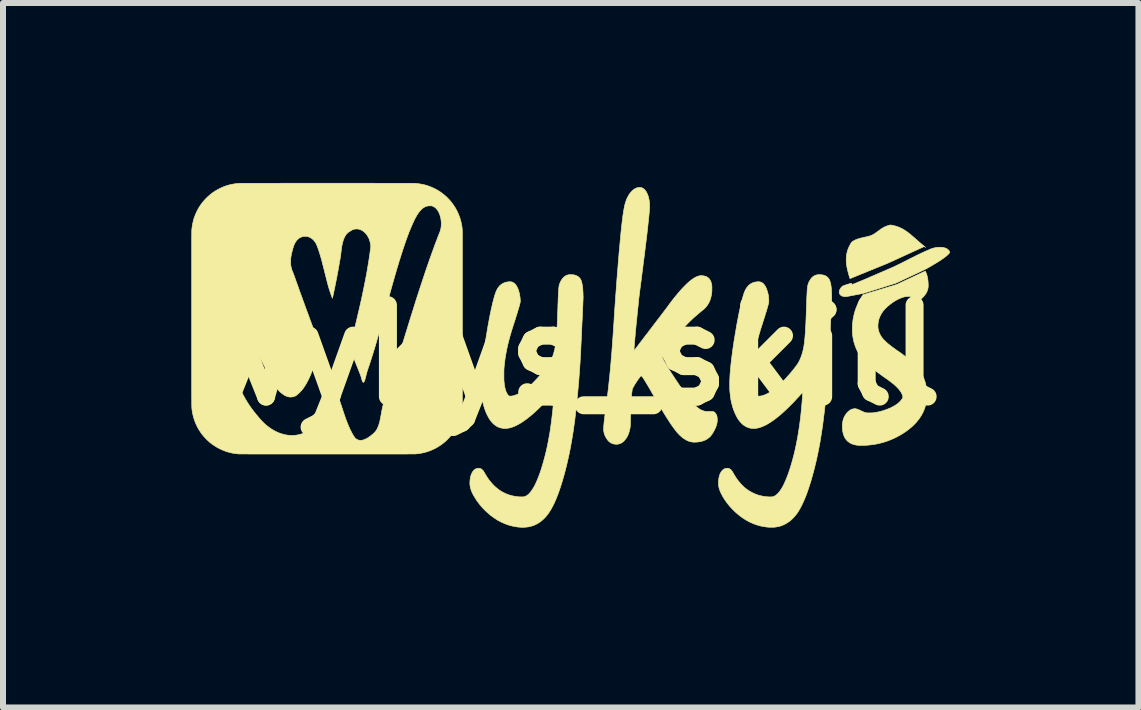
<source format=kicad_pcb>
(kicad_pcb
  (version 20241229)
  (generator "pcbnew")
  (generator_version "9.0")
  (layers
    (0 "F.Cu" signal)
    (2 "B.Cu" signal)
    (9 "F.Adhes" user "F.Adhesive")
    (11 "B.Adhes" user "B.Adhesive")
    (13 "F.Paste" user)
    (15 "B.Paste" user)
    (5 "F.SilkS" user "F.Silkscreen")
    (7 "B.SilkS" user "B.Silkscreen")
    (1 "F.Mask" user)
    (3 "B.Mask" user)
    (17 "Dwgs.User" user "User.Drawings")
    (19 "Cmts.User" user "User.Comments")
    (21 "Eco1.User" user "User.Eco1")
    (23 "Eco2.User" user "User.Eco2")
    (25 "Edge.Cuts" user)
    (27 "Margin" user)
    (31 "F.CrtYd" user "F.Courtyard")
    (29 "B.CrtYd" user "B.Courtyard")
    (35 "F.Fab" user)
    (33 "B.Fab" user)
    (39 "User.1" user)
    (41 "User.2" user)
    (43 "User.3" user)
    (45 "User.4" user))
  (footprint "wykys_skill"
    (layer "F.Cu")
    (at 6.466 2.873)
    (property "Reference" "wykys_skill" (at 0 0 0) (layer "F.SilkS") (effects (font (size 1.524 1.524) (thickness 0.3))))
    (attr through_hole)
    (fp_poly (pts (xy 5.917 -1.799) (xy 5.918 -1.798) (xy 5.918 -1.797) (xy 5.918 -1.797) (xy 5.917 -1.798) (xy 5.916 -1.799) (xy 5.916 -1.799) (xy 5.917 -1.799)) (stroke (width 0.01) (type solid)) (fill yes) (layer "F.SilkS"))
    (fp_poly (pts (xy 5.343 -2.17) (xy 5.38 -2.163) (xy 5.416 -2.154) (xy 5.452 -2.142) (xy 5.486 -2.129) (xy 5.519 -2.113) (xy 5.552 -2.095) (xy 5.555 -2.093) (xy 5.568 -2.085) (xy 5.581 -2.077) (xy 5.593 -2.068) (xy 5.606 -2.059) (xy 5.62 -2.049) (xy 5.634 -2.038) (xy 5.649 -2.027) (xy 5.665 -2.014) (xy 5.681 -2) (xy 5.699 -1.985) (xy 5.719 -1.968) (xy 5.74 -1.949) (xy 5.753 -1.938) (xy 5.766 -1.926) (xy 5.778 -1.915) (xy 5.789 -1.906) (xy 5.799 -1.897) (xy 5.808 -1.889) (xy 5.816 -1.882) (xy 5.825 -1.875) (xy 5.833 -1.868) (xy 5.842 -1.86) (xy 5.852 -1.852) (xy 5.863 -1.843) (xy 5.868 -1.839) (xy 5.877 -1.831) (xy 5.886 -1.824) (xy 5.894 -1.818) (xy 5.9 -1.812) (xy 5.906 -1.807) (xy 5.91 -1.804) (xy 5.913 -1.801) (xy 5.914 -1.801) (xy 5.913 -1.801) (xy 5.911 -1.802) (xy 5.907 -1.804) (xy 5.905 -1.806) (xy 5.901 -1.809) (xy 5.897 -1.811) (xy 5.895 -1.812) (xy 5.895 -1.812) (xy 5.894 -1.812) (xy 5.894 -1.812) (xy 5.893 -1.812) (xy 5.891 -1.811) (xy 5.889 -1.81) (xy 5.886 -1.808) (xy 5.882 -1.807) (xy 5.877 -1.805) (xy 5.871 -1.802) (xy 5.864 -1.799) (xy 5.856 -1.795) (xy 5.847 -1.791) (xy 5.836 -1.786) (xy 5.823 -1.78) (xy 5.809 -1.773) (xy 5.793 -1.766) (xy 5.776 -1.758) (xy 5.756 -1.749) (xy 5.734 -1.739) (xy 5.711 -1.729) (xy 5.685 -1.717) (xy 5.682 -1.715) (xy 5.662 -1.706) (xy 5.641 -1.697) (xy 5.618 -1.686) (xy 5.594 -1.675) (xy 5.569 -1.664) (xy 5.543 -1.652) (xy 5.518 -1.64) (xy 5.493 -1.629) (xy 5.469 -1.618) (xy 5.446 -1.607) (xy 5.424 -1.598) (xy 5.419 -1.595) (xy 5.283 -1.533) (xy 4.971 -1.406) (xy 4.944 -1.395) (xy 4.918 -1.384) (xy 4.892 -1.373) (xy 4.867 -1.363) (xy 4.843 -1.354) (xy 4.82 -1.344) (xy 4.798 -1.335) (xy 4.778 -1.327) (xy 4.759 -1.319) (xy 4.741 -1.312) (xy 4.724 -1.305) (xy 4.709 -1.299) (xy 4.696 -1.294) (xy 4.685 -1.289) (xy 4.675 -1.285) (xy 4.668 -1.282) (xy 4.662 -1.28) (xy 4.659 -1.278) (xy 4.658 -1.278) (xy 4.657 -1.279) (xy 4.655 -1.282) (xy 4.654 -1.287) (xy 4.651 -1.294) (xy 4.649 -1.3) (xy 4.637 -1.339) (xy 4.627 -1.377) (xy 4.618 -1.412) (xy 4.61 -1.446) (xy 4.604 -1.478) (xy 4.599 -1.509) (xy 4.596 -1.539) (xy 4.595 -1.55) (xy 4.594 -1.56) (xy 4.594 -1.572) (xy 4.594 -1.585) (xy 4.594 -1.599) (xy 4.594 -1.613) (xy 4.595 -1.627) (xy 4.595 -1.64) (xy 4.596 -1.651) (xy 4.597 -1.661) (xy 4.603 -1.694) (xy 4.611 -1.727) (xy 4.62 -1.759) (xy 4.633 -1.79) (xy 4.647 -1.821) (xy 4.664 -1.852) (xy 4.67 -1.862) (xy 4.674 -1.87) (xy 4.679 -1.877) (xy 4.683 -1.882) (xy 4.687 -1.887) (xy 4.692 -1.891) (xy 4.698 -1.895) (xy 4.705 -1.9) (xy 4.713 -1.905) (xy 4.714 -1.905) (xy 4.726 -1.913) (xy 4.739 -1.919) (xy 4.753 -1.926) (xy 4.767 -1.932) (xy 4.783 -1.937) (xy 4.8 -1.943) (xy 4.818 -1.948) (xy 4.838 -1.953) (xy 4.86 -1.959) (xy 4.884 -1.964) (xy 4.887 -1.965) (xy 4.91 -1.97) (xy 4.93 -1.974) (xy 4.948 -1.979) (xy 4.965 -1.983) (xy 4.98 -1.987) (xy 4.994 -1.992) (xy 5.007 -1.996) (xy 5.02 -2.002) (xy 5.031 -2.007) (xy 5.043 -2.013) (xy 5.055 -2.02) (xy 5.067 -2.028) (xy 5.08 -2.036) (xy 5.094 -2.046) (xy 5.109 -2.057) (xy 5.121 -2.066) (xy 5.132 -2.074) (xy 5.142 -2.081) (xy 5.15 -2.087) (xy 5.157 -2.092) (xy 5.163 -2.097) (xy 5.169 -2.101) (xy 5.174 -2.104) (xy 5.179 -2.108) (xy 5.184 -2.111) (xy 5.208 -2.126) (xy 5.231 -2.138) (xy 5.254 -2.149) (xy 5.278 -2.157) (xy 5.302 -2.165) (xy 5.315 -2.168) (xy 5.33 -2.172) (xy 5.343 -2.17)) (stroke (width 0.01) (type solid)) (fill yes) (layer "F.SilkS"))
    (fp_poly (pts (xy 6.163 -1.8) (xy 6.175 -1.8) (xy 6.186 -1.799) (xy 6.196 -1.799) (xy 6.2 -1.798) (xy 6.221 -1.794) (xy 6.239 -1.789) (xy 6.256 -1.783) (xy 6.27 -1.776) (xy 6.284 -1.767) (xy 6.295 -1.757) (xy 6.299 -1.753) (xy 6.305 -1.746) (xy 6.31 -1.74) (xy 6.314 -1.734) (xy 6.315 -1.731) (xy 6.318 -1.725) (xy 6.319 -1.722) (xy 6.32 -1.719) (xy 6.32 -1.717) (xy 6.32 -1.715) (xy 6.319 -1.714) (xy 6.315 -1.707) (xy 6.309 -1.698) (xy 6.301 -1.689) (xy 6.291 -1.679) (xy 6.279 -1.668) (xy 6.265 -1.656) (xy 6.249 -1.643) (xy 6.232 -1.63) (xy 6.231 -1.629) (xy 6.213 -1.616) (xy 6.194 -1.603) (xy 6.173 -1.588) (xy 6.15 -1.573) (xy 6.126 -1.558) (xy 6.101 -1.542) (xy 6.074 -1.526) (xy 6.047 -1.51) (xy 6.02 -1.494) (xy 5.993 -1.478) (xy 5.965 -1.462) (xy 5.938 -1.447) (xy 5.93 -1.442) (xy 5.926 -1.44) (xy 5.92 -1.437) (xy 5.911 -1.433) (xy 5.901 -1.428) (xy 5.889 -1.422) (xy 5.875 -1.415) (xy 5.859 -1.408) (xy 5.841 -1.4) (xy 5.822 -1.39) (xy 5.802 -1.381) (xy 5.78 -1.37) (xy 5.757 -1.359) (xy 5.732 -1.348) (xy 5.707 -1.336) (xy 5.681 -1.324) (xy 5.664 -1.316) (xy 5.424 -1.203) (xy 5.165 -1.121) (xy 5.14 -1.114) (xy 5.116 -1.106) (xy 5.092 -1.098) (xy 5.069 -1.091) (xy 5.047 -1.084) (xy 5.026 -1.078) (xy 5.006 -1.071) (xy 4.988 -1.066) (xy 4.971 -1.06) (xy 4.955 -1.055) (xy 4.941 -1.051) (xy 4.929 -1.047) (xy 4.918 -1.044) (xy 4.91 -1.041) (xy 4.903 -1.039) (xy 4.899 -1.037) (xy 4.897 -1.037) (xy 4.892 -1.035) (xy 4.884 -1.033) (xy 4.874 -1.031) (xy 4.862 -1.028) (xy 4.847 -1.025) (xy 4.829 -1.022) (xy 4.809 -1.018) (xy 4.787 -1.013) (xy 4.762 -1.009) (xy 4.735 -1.004) (xy 4.705 -0.998) (xy 4.705 -0.998) (xy 4.693 -0.996) (xy 4.68 -0.994) (xy 4.668 -0.991) (xy 4.656 -0.989) (xy 4.646 -0.987) (xy 4.637 -0.985) (xy 4.631 -0.984) (xy 4.623 -0.983) (xy 4.614 -0.981) (xy 4.605 -0.98) (xy 4.596 -0.978) (xy 4.589 -0.977) (xy 4.582 -0.977) (xy 4.578 -0.977) (xy 4.576 -0.977) (xy 4.575 -0.977) (xy 4.571 -0.977) (xy 4.566 -0.978) (xy 4.564 -0.978) (xy 4.546 -0.98) (xy 4.531 -0.985) (xy 4.517 -0.991) (xy 4.505 -0.998) (xy 4.494 -1.008) (xy 4.486 -1.019) (xy 4.481 -1.026) (xy 4.479 -1.033) (xy 4.477 -1.041) (xy 4.477 -1.05) (xy 4.477 -1.051) (xy 4.478 -1.064) (xy 4.48 -1.077) (xy 4.485 -1.091) (xy 4.488 -1.096) (xy 4.497 -1.112) (xy 4.507 -1.127) (xy 4.519 -1.14) (xy 4.527 -1.147) (xy 4.531 -1.15) (xy 4.536 -1.153) (xy 4.541 -1.156) (xy 4.547 -1.159) (xy 4.555 -1.162) (xy 4.564 -1.165) (xy 4.564 -1.165) (xy 4.57 -1.167) (xy 4.577 -1.17) (xy 4.585 -1.172) (xy 4.594 -1.175) (xy 4.604 -1.178) (xy 4.614 -1.182) (xy 4.625 -1.185) (xy 4.635 -1.188) (xy 4.645 -1.191) (xy 4.654 -1.194) (xy 4.663 -1.196) (xy 4.669 -1.198) (xy 4.675 -1.2) (xy 4.678 -1.201) (xy 4.679 -1.201) (xy 4.681 -1.2) (xy 4.682 -1.196) (xy 4.684 -1.192) (xy 4.684 -1.19) (xy 4.686 -1.186) (xy 4.687 -1.182) (xy 4.688 -1.179) (xy 4.689 -1.179) (xy 4.69 -1.179) (xy 4.692 -1.179) (xy 4.695 -1.18) (xy 4.7 -1.182) (xy 4.707 -1.185) (xy 4.716 -1.188) (xy 4.727 -1.192) (xy 4.737 -1.196) (xy 4.754 -1.203) (xy 4.772 -1.21) (xy 4.789 -1.217) (xy 4.808 -1.225) (xy 4.826 -1.233) (xy 4.846 -1.241) (xy 4.866 -1.249) (xy 4.888 -1.258) (xy 4.911 -1.268) (xy 4.935 -1.278) (xy 4.96 -1.289) (xy 4.987 -1.301) (xy 5.015 -1.313) (xy 5.046 -1.326) (xy 5.078 -1.34) (xy 5.112 -1.355) (xy 5.14 -1.367) (xy 5.158 -1.375) (xy 5.176 -1.383) (xy 5.195 -1.391) (xy 5.213 -1.399) (xy 5.231 -1.406) (xy 5.248 -1.414) (xy 5.264 -1.421) (xy 5.279 -1.427) (xy 5.292 -1.433) (xy 5.304 -1.438) (xy 5.314 -1.442) (xy 5.316 -1.443) (xy 5.328 -1.449) (xy 5.341 -1.454) (xy 5.353 -1.459) (xy 5.364 -1.464) (xy 5.375 -1.469) (xy 5.384 -1.473) (xy 5.391 -1.476) (xy 5.394 -1.478) (xy 5.403 -1.482) (xy 5.414 -1.487) (xy 5.427 -1.493) (xy 5.442 -1.501) (xy 5.459 -1.509) (xy 5.478 -1.518) (xy 5.498 -1.528) (xy 5.519 -1.539) (xy 5.542 -1.55) (xy 5.566 -1.562) (xy 5.591 -1.575) (xy 5.617 -1.588) (xy 5.624 -1.592) (xy 5.661 -1.611) (xy 5.696 -1.628) (xy 5.729 -1.644) (xy 5.759 -1.66) (xy 5.788 -1.674) (xy 5.815 -1.687) (xy 5.841 -1.699) (xy 5.864 -1.71) (xy 5.887 -1.721) (xy 5.907 -1.73) (xy 5.927 -1.739) (xy 5.945 -1.746) (xy 5.958 -1.752) (xy 5.965 -1.755) (xy 5.972 -1.758) (xy 5.979 -1.762) (xy 5.981 -1.762) (xy 6.001 -1.771) (xy 6.023 -1.779) (xy 6.046 -1.786) (xy 6.072 -1.792) (xy 6.098 -1.797) (xy 6.106 -1.798) (xy 6.115 -1.799) (xy 6.126 -1.8) (xy 6.138 -1.8) (xy 6.15 -1.8) (xy 6.163 -1.8)) (stroke (width 0.01) (type solid)) (fill yes) (layer "F.SilkS"))
    (fp_poly (pts (xy 5.912 -1.401) (xy 5.914 -1.398) (xy 5.916 -1.394) (xy 5.919 -1.388) (xy 5.922 -1.382) (xy 5.924 -1.376) (xy 5.927 -1.37) (xy 5.928 -1.367) (xy 5.937 -1.343) (xy 5.944 -1.317) (xy 5.95 -1.289) (xy 5.955 -1.26) (xy 5.956 -1.248) (xy 5.957 -1.238) (xy 5.958 -1.227) (xy 5.959 -1.214) (xy 5.96 -1.202) (xy 5.96 -1.19) (xy 5.961 -1.178) (xy 5.961 -1.167) (xy 5.961 -1.158) (xy 5.961 -1.153) (xy 5.959 -1.129) (xy 5.955 -1.107) (xy 5.949 -1.085) (xy 5.941 -1.065) (xy 5.932 -1.044) (xy 5.92 -1.025) (xy 5.906 -1.005) (xy 5.89 -0.985) (xy 5.872 -0.966) (xy 5.858 -0.951) (xy 5.843 -0.939) (xy 5.829 -0.929) (xy 5.818 -0.923) (xy 5.808 -0.918) (xy 5.8 -0.915) (xy 5.792 -0.914) (xy 5.784 -0.913) (xy 5.781 -0.913) (xy 5.774 -0.915) (xy 5.765 -0.918) (xy 5.755 -0.923) (xy 5.743 -0.929) (xy 5.73 -0.938) (xy 5.728 -0.939) (xy 5.716 -0.947) (xy 5.706 -0.954) (xy 5.697 -0.96) (xy 5.69 -0.964) (xy 5.684 -0.968) (xy 5.678 -0.971) (xy 5.673 -0.973) (xy 5.668 -0.976) (xy 5.663 -0.977) (xy 5.66 -0.979) (xy 5.656 -0.98) (xy 5.653 -0.981) (xy 5.65 -0.981) (xy 5.646 -0.982) (xy 5.641 -0.982) (xy 5.635 -0.982) (xy 5.628 -0.981) (xy 5.601 -0.979) (xy 5.572 -0.975) (xy 5.544 -0.968) (xy 5.514 -0.958) (xy 5.485 -0.946) (xy 5.454 -0.932) (xy 5.423 -0.915) (xy 5.392 -0.896) (xy 5.359 -0.874) (xy 5.338 -0.858) (xy 5.313 -0.839) (xy 5.289 -0.819) (xy 5.268 -0.8) (xy 5.249 -0.781) (xy 5.231 -0.762) (xy 5.214 -0.742) (xy 5.199 -0.722) (xy 5.191 -0.71) (xy 5.175 -0.685) (xy 5.162 -0.66) (xy 5.151 -0.635) (xy 5.141 -0.609) (xy 5.134 -0.583) (xy 5.128 -0.555) (xy 5.128 -0.552) (xy 5.124 -0.522) (xy 5.122 -0.493) (xy 5.123 -0.465) (xy 5.126 -0.438) (xy 5.132 -0.411) (xy 5.141 -0.385) (xy 5.151 -0.359) (xy 5.165 -0.333) (xy 5.178 -0.311) (xy 5.19 -0.294) (xy 5.203 -0.277) (xy 5.219 -0.26) (xy 5.237 -0.242) (xy 5.256 -0.223) (xy 5.278 -0.203) (xy 5.297 -0.187) (xy 5.311 -0.176) (xy 5.325 -0.165) (xy 5.339 -0.154) (xy 5.354 -0.143) (xy 5.369 -0.131) (xy 5.386 -0.119) (xy 5.404 -0.106) (xy 5.424 -0.091) (xy 5.443 -0.078) (xy 5.474 -0.057) (xy 5.504 -0.036) (xy 5.531 -0.016) (xy 5.556 0.003) (xy 5.581 0.021) (xy 5.603 0.039) (xy 5.625 0.056) (xy 5.645 0.073) (xy 5.664 0.09) (xy 5.683 0.107) (xy 5.701 0.124) (xy 5.719 0.141) (xy 5.724 0.146) (xy 5.746 0.169) (xy 5.767 0.191) (xy 5.786 0.213) (xy 5.803 0.234) (xy 5.818 0.255) (xy 5.833 0.277) (xy 5.846 0.299) (xy 5.859 0.322) (xy 5.867 0.338) (xy 5.884 0.377) (xy 5.899 0.416) (xy 5.912 0.456) (xy 5.922 0.496) (xy 5.929 0.538) (xy 5.935 0.58) (xy 5.938 0.623) (xy 5.938 0.667) (xy 5.938 0.674) (xy 5.936 0.715) (xy 5.932 0.755) (xy 5.926 0.794) (xy 5.917 0.832) (xy 5.907 0.869) (xy 5.894 0.905) (xy 5.879 0.941) (xy 5.867 0.966) (xy 5.847 1.002) (xy 5.825 1.037) (xy 5.8 1.072) (xy 5.773 1.105) (xy 5.744 1.138) (xy 5.712 1.17) (xy 5.678 1.201) (xy 5.642 1.231) (xy 5.603 1.261) (xy 5.562 1.289) (xy 5.518 1.317) (xy 5.51 1.322) (xy 5.46 1.35) (xy 5.41 1.376) (xy 5.36 1.399) (xy 5.308 1.42) (xy 5.256 1.439) (xy 5.203 1.455) (xy 5.149 1.469) (xy 5.094 1.481) (xy 5.038 1.49) (xy 4.981 1.497) (xy 4.923 1.502) (xy 4.91 1.502) (xy 4.902 1.503) (xy 4.892 1.503) (xy 4.881 1.503) (xy 4.869 1.503) (xy 4.857 1.503) (xy 4.844 1.503) (xy 4.832 1.503) (xy 4.821 1.503) (xy 4.811 1.503) (xy 4.802 1.503) (xy 4.796 1.502) (xy 4.794 1.502) (xy 4.764 1.499) (xy 4.736 1.493) (xy 4.71 1.486) (xy 4.685 1.477) (xy 4.663 1.466) (xy 4.642 1.453) (xy 4.623 1.438) (xy 4.606 1.422) (xy 4.59 1.404) (xy 4.576 1.384) (xy 4.564 1.362) (xy 4.554 1.339) (xy 4.546 1.313) (xy 4.542 1.298) (xy 4.539 1.286) (xy 4.536 1.272) (xy 4.534 1.257) (xy 4.532 1.243) (xy 4.531 1.238) (xy 4.531 1.229) (xy 4.53 1.218) (xy 4.529 1.206) (xy 4.529 1.194) (xy 4.529 1.181) (xy 4.529 1.169) (xy 4.529 1.158) (xy 4.53 1.149) (xy 4.53 1.147) (xy 4.534 1.118) (xy 4.539 1.09) (xy 4.547 1.064) (xy 4.556 1.039) (xy 4.568 1.015) (xy 4.583 0.992) (xy 4.592 0.978) (xy 4.608 0.958) (xy 4.625 0.942) (xy 4.641 0.927) (xy 4.659 0.915) (xy 4.677 0.905) (xy 4.695 0.898) (xy 4.714 0.894) (xy 4.716 0.894) (xy 4.725 0.892) (xy 4.734 0.892) (xy 4.742 0.892) (xy 4.751 0.892) (xy 4.76 0.894) (xy 4.77 0.897) (xy 4.781 0.9) (xy 4.793 0.905) (xy 4.806 0.91) (xy 4.821 0.917) (xy 4.838 0.925) (xy 4.843 0.927) (xy 4.859 0.935) (xy 4.873 0.941) (xy 4.886 0.947) (xy 4.898 0.951) (xy 4.909 0.955) (xy 4.92 0.957) (xy 4.931 0.96) (xy 4.941 0.961) (xy 4.947 0.962) (xy 4.954 0.962) (xy 4.963 0.962) (xy 4.973 0.962) (xy 4.984 0.962) (xy 4.995 0.962) (xy 5.007 0.962) (xy 5.018 0.961) (xy 5.028 0.961) (xy 5.037 0.96) (xy 5.041 0.96) (xy 5.081 0.954) (xy 5.12 0.947) (xy 5.158 0.939) (xy 5.197 0.928) (xy 5.236 0.915) (xy 5.276 0.901) (xy 5.29 0.895) (xy 5.325 0.881) (xy 5.357 0.865) (xy 5.387 0.849) (xy 5.416 0.832) (xy 5.441 0.814) (xy 5.452 0.806) (xy 5.462 0.798) (xy 5.472 0.789) (xy 5.482 0.78) (xy 5.491 0.77) (xy 5.501 0.76) (xy 5.509 0.75) (xy 5.517 0.74) (xy 5.524 0.73) (xy 5.53 0.722) (xy 5.534 0.714) (xy 5.537 0.707) (xy 5.538 0.702) (xy 5.538 0.701) (xy 5.538 0.692) (xy 5.535 0.68) (xy 5.532 0.668) (xy 5.527 0.655) (xy 5.521 0.641) (xy 5.514 0.628) (xy 5.507 0.615) (xy 5.503 0.61) (xy 5.488 0.589) (xy 5.471 0.567) (xy 5.451 0.545) (xy 5.429 0.523) (xy 5.405 0.5) (xy 5.378 0.477) (xy 5.348 0.453) (xy 5.316 0.429) (xy 5.282 0.404) (xy 5.274 0.398) (xy 5.259 0.388) (xy 5.247 0.38) (xy 5.236 0.372) (xy 5.227 0.365) (xy 5.218 0.359) (xy 5.211 0.354) (xy 5.203 0.349) (xy 5.196 0.344) (xy 5.189 0.339) (xy 5.182 0.333) (xy 5.174 0.327) (xy 5.172 0.326) (xy 5.128 0.294) (xy 5.087 0.262) (xy 5.048 0.231) (xy 5.011 0.2) (xy 4.977 0.17) (xy 4.945 0.141) (xy 4.916 0.112) (xy 4.889 0.084) (xy 4.865 0.057) (xy 4.843 0.03) (xy 4.823 0.004) (xy 4.806 -0.022) (xy 4.802 -0.029) (xy 4.79 -0.049) (xy 4.779 -0.071) (xy 4.767 -0.095) (xy 4.756 -0.12) (xy 4.746 -0.146) (xy 4.737 -0.172) (xy 4.729 -0.198) (xy 4.721 -0.223) (xy 4.72 -0.228) (xy 4.713 -0.26) (xy 4.707 -0.292) (xy 4.702 -0.323) (xy 4.698 -0.354) (xy 4.696 -0.386) (xy 4.695 -0.42) (xy 4.696 -0.449) (xy 4.696 -0.465) (xy 4.696 -0.48) (xy 4.697 -0.493) (xy 4.698 -0.505) (xy 4.698 -0.517) (xy 4.699 -0.529) (xy 4.701 -0.543) (xy 4.702 -0.551) (xy 4.708 -0.6) (xy 4.718 -0.65) (xy 4.729 -0.698) (xy 4.743 -0.746) (xy 4.76 -0.793) (xy 4.779 -0.839) (xy 4.8 -0.884) (xy 4.823 -0.929) (xy 4.849 -0.972) (xy 4.864 -0.995) (xy 4.873 -1.008) (xy 4.885 -1.012) (xy 4.888 -1.013) (xy 4.892 -1.014) (xy 4.899 -1.016) (xy 4.908 -1.019) (xy 4.919 -1.022) (xy 4.932 -1.026) (xy 4.947 -1.031) (xy 4.963 -1.036) (xy 4.98 -1.041) (xy 4.999 -1.047) (xy 5.02 -1.053) (xy 5.041 -1.059) (xy 5.064 -1.066) (xy 5.087 -1.073) (xy 5.111 -1.081) (xy 5.136 -1.088) (xy 5.162 -1.096) (xy 5.168 -1.098) (xy 5.438 -1.18) (xy 5.674 -1.291) (xy 5.697 -1.302) (xy 5.72 -1.312) (xy 5.742 -1.323) (xy 5.763 -1.332) (xy 5.783 -1.342) (xy 5.802 -1.351) (xy 5.82 -1.359) (xy 5.836 -1.367) (xy 5.851 -1.374) (xy 5.865 -1.381) (xy 5.877 -1.386) (xy 5.888 -1.391) (xy 5.896 -1.395) (xy 5.903 -1.398) (xy 5.908 -1.401) (xy 5.911 -1.402) (xy 5.911 -1.402) (xy 5.912 -1.401)) (stroke (width 0.01) (type solid)) (fill yes) (layer "F.SilkS"))
    (fp_poly (pts (xy 4.171 -1.343) (xy 4.194 -1.34) (xy 4.215 -1.336) (xy 4.234 -1.33) (xy 4.252 -1.322) (xy 4.268 -1.312) (xy 4.282 -1.3) (xy 4.295 -1.286) (xy 4.301 -1.279) (xy 4.308 -1.268) (xy 4.315 -1.254) (xy 4.321 -1.239) (xy 4.326 -1.222) (xy 4.331 -1.203) (xy 4.336 -1.182) (xy 4.337 -1.175) (xy 4.34 -1.158) (xy 4.342 -1.142) (xy 4.344 -1.126) (xy 4.346 -1.109) (xy 4.347 -1.09) (xy 4.348 -1.071) (xy 4.349 -1.05) (xy 4.35 -1.026) (xy 4.351 -1.003) (xy 4.352 -0.957) (xy 4.333 -0.542) (xy 4.331 -0.5) (xy 4.329 -0.46) (xy 4.328 -0.423) (xy 4.326 -0.388) (xy 4.325 -0.355) (xy 4.323 -0.324) (xy 4.322 -0.295) (xy 4.321 -0.268) (xy 4.319 -0.243) (xy 4.318 -0.22) (xy 4.317 -0.198) (xy 4.316 -0.178) (xy 4.316 -0.159) (xy 4.315 -0.141) (xy 4.314 -0.125) (xy 4.313 -0.11) (xy 4.313 -0.097) (xy 4.312 -0.084) (xy 4.311 -0.072) (xy 4.311 -0.061) (xy 4.31 -0.05) (xy 4.31 -0.04) (xy 4.309 -0.031) (xy 4.309 -0.022) (xy 4.309 -0.014) (xy 4.308 -0.006) (xy 4.308 0.002) (xy 4.307 0.01) (xy 4.307 0.018) (xy 4.306 0.025) (xy 4.306 0.033) (xy 4.305 0.042) (xy 4.305 0.046) (xy 4.296 0.201) (xy 4.285 0.354) (xy 4.273 0.506) (xy 4.259 0.656) (xy 4.244 0.807) (xy 4.227 0.957) (xy 4.214 1.06) (xy 4.201 1.164) (xy 4.186 1.266) (xy 4.17 1.366) (xy 4.154 1.464) (xy 4.136 1.559) (xy 4.117 1.653) (xy 4.097 1.746) (xy 4.075 1.836) (xy 4.053 1.925) (xy 4.029 2.012) (xy 4.005 2.098) (xy 3.992 2.139) (xy 3.974 2.195) (xy 3.956 2.249) (xy 3.938 2.3) (xy 3.92 2.349) (xy 3.901 2.395) (xy 3.882 2.439) (xy 3.863 2.48) (xy 3.844 2.518) (xy 3.825 2.554) (xy 3.805 2.588) (xy 3.786 2.619) (xy 3.766 2.647) (xy 3.762 2.652) (xy 3.748 2.67) (xy 3.733 2.688) (xy 3.717 2.706) (xy 3.7 2.723) (xy 3.683 2.739) (xy 3.676 2.746) (xy 3.648 2.769) (xy 3.619 2.789) (xy 3.59 2.807) (xy 3.56 2.823) (xy 3.53 2.836) (xy 3.498 2.848) (xy 3.465 2.856) (xy 3.431 2.863) (xy 3.41 2.866) (xy 3.402 2.867) (xy 3.393 2.867) (xy 3.382 2.868) (xy 3.369 2.868) (xy 3.357 2.868) (xy 3.344 2.868) (xy 3.332 2.868) (xy 3.32 2.868) (xy 3.31 2.868) (xy 3.306 2.868) (xy 3.261 2.864) (xy 3.217 2.857) (xy 3.174 2.849) (xy 3.131 2.838) (xy 3.089 2.825) (xy 3.047 2.809) (xy 3.005 2.791) (xy 2.977 2.778) (xy 2.966 2.772) (xy 2.954 2.766) (xy 2.943 2.759) (xy 2.931 2.753) (xy 2.921 2.747) (xy 2.912 2.741) (xy 2.906 2.738) (xy 2.903 2.735) (xy 2.897 2.732) (xy 2.891 2.728) (xy 2.884 2.723) (xy 2.876 2.718) (xy 2.874 2.717) (xy 2.836 2.69) (xy 2.799 2.661) (xy 2.762 2.63) (xy 2.726 2.597) (xy 2.692 2.562) (xy 2.658 2.526) (xy 2.641 2.506) (xy 2.62 2.48) (xy 2.599 2.453) (xy 2.58 2.425) (xy 2.561 2.398) (xy 2.544 2.37) (xy 2.528 2.343) (xy 2.514 2.316) (xy 2.501 2.29) (xy 2.491 2.265) (xy 2.483 2.245) (xy 2.476 2.223) (xy 2.471 2.203) (xy 2.467 2.184) (xy 2.465 2.164) (xy 2.464 2.143) (xy 2.464 2.121) (xy 2.464 2.114) (xy 2.466 2.084) (xy 2.469 2.057) (xy 2.474 2.031) (xy 2.48 2.007) (xy 2.488 1.984) (xy 2.495 1.968) (xy 2.506 1.949) (xy 2.517 1.933) (xy 2.529 1.919) (xy 2.542 1.907) (xy 2.556 1.898) (xy 2.571 1.891) (xy 2.583 1.887) (xy 2.591 1.885) (xy 2.601 1.885) (xy 2.611 1.884) (xy 2.621 1.885) (xy 2.629 1.886) (xy 2.63 1.887) (xy 2.642 1.891) (xy 2.654 1.897) (xy 2.666 1.906) (xy 2.676 1.915) (xy 2.681 1.92) (xy 2.685 1.926) (xy 2.69 1.932) (xy 2.694 1.938) (xy 2.698 1.945) (xy 2.703 1.953) (xy 2.707 1.96) (xy 2.73 2) (xy 2.753 2.037) (xy 2.777 2.072) (xy 2.802 2.104) (xy 2.828 2.135) (xy 2.854 2.163) (xy 2.881 2.19) (xy 2.909 2.214) (xy 2.941 2.239) (xy 2.974 2.261) (xy 3.008 2.281) (xy 3.043 2.299) (xy 3.08 2.315) (xy 3.117 2.329) (xy 3.155 2.34) (xy 3.195 2.349) (xy 3.236 2.356) (xy 3.278 2.36) (xy 3.286 2.361) (xy 3.296 2.362) (xy 3.307 2.362) (xy 3.319 2.362) (xy 3.33 2.362) (xy 3.34 2.362) (xy 3.349 2.362) (xy 3.357 2.361) (xy 3.363 2.361) (xy 3.364 2.36) (xy 3.379 2.356) (xy 3.394 2.35) (xy 3.409 2.342) (xy 3.423 2.332) (xy 3.438 2.32) (xy 3.449 2.309) (xy 3.465 2.293) (xy 3.48 2.274) (xy 3.495 2.254) (xy 3.51 2.231) (xy 3.525 2.207) (xy 3.54 2.18) (xy 3.555 2.151) (xy 3.569 2.119) (xy 3.584 2.086) (xy 3.599 2.049) (xy 3.614 2.011) (xy 3.619 1.998) (xy 3.633 1.959) (xy 3.647 1.917) (xy 3.661 1.874) (xy 3.675 1.829) (xy 3.689 1.782) (xy 3.702 1.734) (xy 3.715 1.685) (xy 3.722 1.659) (xy 3.739 1.588) (xy 3.755 1.514) (xy 3.77 1.438) (xy 3.785 1.36) (xy 3.798 1.281) (xy 3.811 1.199) (xy 3.822 1.117) (xy 3.833 1.032) (xy 3.842 0.946) (xy 3.85 0.86) (xy 3.858 0.772) (xy 3.864 0.683) (xy 3.865 0.672) (xy 3.865 0.662) (xy 3.866 0.652) (xy 3.866 0.643) (xy 3.867 0.636) (xy 3.867 0.63) (xy 3.868 0.626) (xy 3.868 0.624) (xy 3.868 0.621) (xy 3.868 0.618) (xy 3.867 0.617) (xy 3.866 0.618) (xy 3.864 0.621) (xy 3.86 0.625) (xy 3.855 0.631) (xy 3.85 0.637) (xy 3.843 0.644) (xy 3.84 0.647) (xy 3.806 0.686) (xy 3.771 0.723) (xy 3.737 0.76) (xy 3.703 0.796) (xy 3.669 0.83) (xy 3.636 0.863) (xy 3.604 0.894) (xy 3.572 0.924) (xy 3.543 0.951) (xy 3.504 0.985) (xy 3.466 1.017) (xy 3.429 1.047) (xy 3.393 1.074) (xy 3.358 1.099) (xy 3.324 1.121) (xy 3.291 1.142) (xy 3.259 1.16) (xy 3.227 1.175) (xy 3.197 1.189) (xy 3.167 1.2) (xy 3.139 1.209) (xy 3.111 1.215) (xy 3.09 1.219) (xy 3.079 1.22) (xy 3.066 1.221) (xy 3.052 1.221) (xy 3.038 1.221) (xy 3.025 1.22) (xy 3.014 1.219) (xy 3.012 1.219) (xy 2.986 1.214) (xy 2.961 1.207) (xy 2.936 1.197) (xy 2.913 1.185) (xy 2.891 1.171) (xy 2.869 1.155) (xy 2.849 1.136) (xy 2.829 1.115) (xy 2.81 1.092) (xy 2.793 1.068) (xy 2.779 1.046) (xy 2.765 1.021) (xy 2.752 0.994) (xy 2.739 0.966) (xy 2.726 0.937) (xy 2.715 0.906) (xy 2.704 0.876) (xy 2.697 0.851) (xy 2.688 0.817) (xy 2.679 0.783) (xy 2.672 0.748) (xy 2.666 0.712) (xy 2.661 0.674) (xy 2.657 0.634) (xy 2.653 0.593) (xy 2.653 0.592) (xy 2.652 0.584) (xy 2.652 0.573) (xy 2.652 0.561) (xy 2.651 0.547) (xy 2.651 0.532) (xy 2.651 0.517) (xy 2.651 0.501) (xy 2.651 0.485) (xy 2.651 0.469) (xy 2.651 0.454) (xy 2.651 0.44) (xy 2.651 0.427) (xy 2.652 0.417) (xy 2.654 0.372) (xy 2.656 0.326) (xy 2.66 0.278) (xy 2.664 0.227) (xy 2.669 0.175) (xy 2.675 0.121) (xy 2.681 0.065) (xy 2.689 0.007) (xy 2.697 -0.054) (xy 2.705 -0.116) (xy 2.715 -0.181) (xy 2.725 -0.248) (xy 2.737 -0.318) (xy 2.742 -0.351) (xy 2.752 -0.407) (xy 2.761 -0.462) (xy 2.77 -0.515) (xy 2.78 -0.566) (xy 2.789 -0.615) (xy 2.798 -0.662) (xy 2.807 -0.707) (xy 2.816 -0.75) (xy 2.825 -0.79) (xy 2.834 -0.829) (xy 2.842 -0.865) (xy 2.851 -0.9) (xy 2.859 -0.931) (xy 2.867 -0.961) (xy 2.875 -0.988) (xy 2.883 -1.013) (xy 2.89 -1.035) (xy 2.897 -1.055) (xy 2.899 -1.059) (xy 2.91 -1.084) (xy 2.923 -1.108) (xy 2.937 -1.129) (xy 2.952 -1.148) (xy 2.968 -1.165) (xy 2.986 -1.181) (xy 3.006 -1.193) (xy 3.026 -1.204) (xy 3.035 -1.208) (xy 3.05 -1.213) (xy 3.067 -1.218) (xy 3.084 -1.221) (xy 3.1 -1.223) (xy 3.117 -1.225) (xy 3.133 -1.225) (xy 3.148 -1.224) (xy 3.161 -1.222) (xy 3.166 -1.22) (xy 3.181 -1.214) (xy 3.195 -1.206) (xy 3.209 -1.196) (xy 3.221 -1.183) (xy 3.233 -1.167) (xy 3.245 -1.15) (xy 3.255 -1.129) (xy 3.265 -1.107) (xy 3.265 -1.106) (xy 3.277 -1.072) (xy 3.287 -1.037) (xy 3.295 -1.001) (xy 3.3 -0.965) (xy 3.302 -0.928) (xy 3.303 -0.912) (xy 3.303 -0.903) (xy 3.302 -0.895) (xy 3.302 -0.889) (xy 3.302 -0.884) (xy 3.302 -0.88) (xy 3.301 -0.876) (xy 3.3 -0.872) (xy 3.3 -0.87) (xy 3.296 -0.857) (xy 3.293 -0.843) (xy 3.289 -0.829) (xy 3.285 -0.813) (xy 3.28 -0.797) (xy 3.275 -0.78) (xy 3.27 -0.761) (xy 3.264 -0.741) (xy 3.257 -0.72) (xy 3.25 -0.697) (xy 3.242 -0.672) (xy 3.234 -0.645) (xy 3.225 -0.617) (xy 3.216 -0.587) (xy 3.205 -0.554) (xy 3.194 -0.519) (xy 3.191 -0.509) (xy 3.186 -0.495) (xy 3.182 -0.48) (xy 3.177 -0.465) (xy 3.172 -0.451) (xy 3.168 -0.438) (xy 3.164 -0.426) (xy 3.161 -0.415) (xy 3.158 -0.407) (xy 3.157 -0.401) (xy 3.136 -0.331) (xy 3.117 -0.263) (xy 3.1 -0.196) (xy 3.085 -0.13) (xy 3.072 -0.066) (xy 3.06 -0.004) (xy 3.05 0.057) (xy 3.043 0.116) (xy 3.036 0.174) (xy 3.032 0.23) (xy 3.03 0.284) (xy 3.029 0.337) (xy 3.03 0.375) (xy 3.031 0.407) (xy 3.033 0.437) (xy 3.036 0.465) (xy 3.039 0.49) (xy 3.042 0.514) (xy 3.046 0.536) (xy 3.051 0.557) (xy 3.056 0.576) (xy 3.062 0.594) (xy 3.069 0.612) (xy 3.075 0.623) (xy 3.082 0.637) (xy 3.089 0.649) (xy 3.095 0.659) (xy 3.102 0.667) (xy 3.105 0.67) (xy 3.111 0.675) (xy 3.117 0.679) (xy 3.122 0.681) (xy 3.128 0.682) (xy 3.135 0.682) (xy 3.139 0.682) (xy 3.158 0.681) (xy 3.179 0.678) (xy 3.201 0.672) (xy 3.224 0.665) (xy 3.248 0.655) (xy 3.272 0.644) (xy 3.298 0.63) (xy 3.324 0.615) (xy 3.351 0.598) (xy 3.353 0.596) (xy 3.377 0.58) (xy 3.401 0.561) (xy 3.426 0.541) (xy 3.452 0.52) (xy 3.478 0.496) (xy 3.505 0.47) (xy 3.533 0.443) (xy 3.561 0.413) (xy 3.591 0.381) (xy 3.616 0.352) (xy 3.642 0.323) (xy 3.667 0.294) (xy 3.69 0.267) (xy 3.711 0.241) (xy 3.731 0.215) (xy 3.749 0.192) (xy 3.766 0.169) (xy 3.78 0.148) (xy 3.793 0.128) (xy 3.799 0.118) (xy 3.811 0.097) (xy 3.822 0.073) (xy 3.833 0.047) (xy 3.844 0.019) (xy 3.854 -0.01) (xy 3.863 -0.041) (xy 3.872 -0.073) (xy 3.879 -0.105) (xy 3.886 -0.138) (xy 3.891 -0.172) (xy 3.896 -0.203) (xy 3.899 -0.228) (xy 3.901 -0.255) (xy 3.904 -0.284) (xy 3.907 -0.315) (xy 3.909 -0.348) (xy 3.912 -0.383) (xy 3.914 -0.421) (xy 3.916 -0.461) (xy 3.919 -0.503) (xy 3.921 -0.547) (xy 3.923 -0.593) (xy 3.925 -0.642) (xy 3.927 -0.694) (xy 3.928 -0.732) (xy 3.929 -0.746) (xy 3.929 -0.761) (xy 3.929 -0.774) (xy 3.93 -0.787) (xy 3.93 -0.799) (xy 3.931 -0.81) (xy 3.931 -0.818) (xy 3.931 -0.825) (xy 3.931 -0.828) (xy 3.933 -0.864) (xy 3.934 -0.898) (xy 3.935 -0.93) (xy 3.936 -0.959) (xy 3.937 -0.986) (xy 3.939 -1.011) (xy 3.94 -1.033) (xy 3.941 -1.054) (xy 3.942 -1.073) (xy 3.943 -1.09) (xy 3.945 -1.105) (xy 3.946 -1.119) (xy 3.947 -1.131) (xy 3.949 -1.142) (xy 3.95 -1.151) (xy 3.951 -1.159) (xy 3.952 -1.161) (xy 3.958 -1.183) (xy 3.966 -1.206) (xy 3.976 -1.228) (xy 3.988 -1.249) (xy 4.001 -1.269) (xy 4.007 -1.278) (xy 4.021 -1.294) (xy 4.036 -1.308) (xy 4.053 -1.32) (xy 4.07 -1.329) (xy 4.088 -1.336) (xy 4.091 -1.337) (xy 4.101 -1.339) (xy 4.111 -1.341) (xy 4.122 -1.343) (xy 4.134 -1.343) (xy 4.147 -1.344) (xy 4.171 -1.343)) (stroke (width 0.01) (type solid)) (fill yes) (layer "F.SilkS"))
    (fp_poly (pts (xy 0.016 -1.343) (xy 0.026 -1.343) (xy 0.036 -1.342) (xy 0.044 -1.341) (xy 0.048 -1.341) (xy 0.07 -1.336) (xy 0.089 -1.329) (xy 0.107 -1.321) (xy 0.123 -1.312) (xy 0.137 -1.3) (xy 0.15 -1.287) (xy 0.16 -1.274) (xy 0.167 -1.261) (xy 0.174 -1.246) (xy 0.18 -1.229) (xy 0.185 -1.209) (xy 0.19 -1.187) (xy 0.194 -1.163) (xy 0.198 -1.136) (xy 0.201 -1.106) (xy 0.203 -1.074) (xy 0.205 -1.04) (xy 0.206 -1.003) (xy 0.206 -0.991) (xy 0.207 -0.986) (xy 0.207 -0.982) (xy 0.207 -0.979) (xy 0.207 -0.975) (xy 0.207 -0.97) (xy 0.207 -0.966) (xy 0.207 -0.962) (xy 0.207 -0.957) (xy 0.206 -0.951) (xy 0.206 -0.945) (xy 0.206 -0.939) (xy 0.206 -0.931) (xy 0.206 -0.923) (xy 0.205 -0.914) (xy 0.205 -0.904) (xy 0.204 -0.893) (xy 0.204 -0.88) (xy 0.203 -0.867) (xy 0.203 -0.852) (xy 0.202 -0.835) (xy 0.201 -0.817) (xy 0.2 -0.798) (xy 0.199 -0.777) (xy 0.198 -0.754) (xy 0.197 -0.729) (xy 0.196 -0.702) (xy 0.195 -0.673) (xy 0.193 -0.642) (xy 0.192 -0.608) (xy 0.19 -0.573) (xy 0.188 -0.535) (xy 0.187 -0.517) (xy 0.186 -0.483) (xy 0.184 -0.45) (xy 0.183 -0.418) (xy 0.181 -0.386) (xy 0.18 -0.355) (xy 0.179 -0.324) (xy 0.177 -0.295) (xy 0.176 -0.266) (xy 0.175 -0.239) (xy 0.173 -0.213) (xy 0.172 -0.188) (xy 0.171 -0.165) (xy 0.17 -0.143) (xy 0.169 -0.123) (xy 0.168 -0.105) (xy 0.168 -0.088) (xy 0.167 -0.074) (xy 0.166 -0.062) (xy 0.166 -0.052) (xy 0.165 -0.044) (xy 0.165 -0.038) (xy 0.165 -0.038) (xy 0.156 0.124) (xy 0.145 0.284) (xy 0.133 0.443) (xy 0.119 0.601) (xy 0.104 0.758) (xy 0.087 0.915) (xy 0.071 1.054) (xy 0.057 1.159) (xy 0.042 1.263) (xy 0.026 1.364) (xy 0.009 1.463) (xy -0.009 1.561) (xy -0.028 1.656) (xy -0.049 1.749) (xy -0.07 1.841) (xy -0.093 1.931) (xy -0.117 2.019) (xy -0.142 2.105) (xy -0.153 2.14) (xy -0.171 2.197) (xy -0.189 2.25) (xy -0.207 2.302) (xy -0.226 2.35) (xy -0.244 2.397) (xy -0.263 2.44) (xy -0.282 2.482) (xy -0.302 2.52) (xy -0.321 2.556) (xy -0.341 2.59) (xy -0.361 2.621) (xy -0.381 2.65) (xy -0.401 2.675) (xy -0.408 2.684) (xy -0.417 2.694) (xy -0.426 2.704) (xy -0.436 2.714) (xy -0.445 2.724) (xy -0.454 2.732) (xy -0.46 2.738) (xy -0.486 2.76) (xy -0.513 2.781) (xy -0.54 2.799) (xy -0.567 2.814) (xy -0.595 2.828) (xy -0.624 2.84) (xy -0.639 2.845) (xy -0.667 2.853) (xy -0.694 2.86) (xy -0.723 2.864) (xy -0.752 2.867) (xy -0.783 2.869) (xy -0.815 2.869) (xy -0.84 2.868) (xy -0.885 2.864) (xy -0.929 2.857) (xy -0.974 2.848) (xy -1.018 2.837) (xy -1.061 2.823) (xy -1.105 2.806) (xy -1.147 2.787) (xy -1.172 2.776) (xy -1.181 2.771) (xy -1.189 2.766) (xy -1.197 2.762) (xy -1.204 2.759) (xy -1.211 2.755) (xy -1.218 2.751) (xy -1.225 2.746) (xy -1.233 2.741) (xy -1.242 2.735) (xy -1.252 2.729) (xy -1.264 2.721) (xy -1.272 2.716) (xy -1.311 2.688) (xy -1.35 2.658) (xy -1.387 2.626) (xy -1.424 2.592) (xy -1.459 2.556) (xy -1.493 2.519) (xy -1.525 2.479) (xy -1.556 2.438) (xy -1.57 2.418) (xy -1.591 2.385) (xy -1.61 2.354) (xy -1.627 2.324) (xy -1.642 2.294) (xy -1.654 2.266) (xy -1.664 2.238) (xy -1.672 2.211) (xy -1.677 2.185) (xy -1.68 2.165) (xy -1.681 2.154) (xy -1.681 2.141) (xy -1.681 2.126) (xy -1.681 2.111) (xy -1.68 2.095) (xy -1.678 2.079) (xy -1.677 2.064) (xy -1.675 2.05) (xy -1.674 2.045) (xy -1.669 2.021) (xy -1.662 1.999) (xy -1.654 1.978) (xy -1.645 1.959) (xy -1.635 1.942) (xy -1.623 1.927) (xy -1.611 1.914) (xy -1.598 1.903) (xy -1.587 1.897) (xy -1.574 1.891) (xy -1.56 1.887) (xy -1.546 1.885) (xy -1.531 1.884) (xy -1.518 1.886) (xy -1.507 1.889) (xy -1.498 1.893) (xy -1.491 1.897) (xy -1.483 1.902) (xy -1.475 1.909) (xy -1.472 1.913) (xy -1.466 1.919) (xy -1.46 1.925) (xy -1.455 1.931) (xy -1.45 1.939) (xy -1.445 1.947) (xy -1.439 1.957) (xy -1.437 1.962) (xy -1.413 2.003) (xy -1.388 2.042) (xy -1.362 2.079) (xy -1.335 2.113) (xy -1.307 2.145) (xy -1.278 2.175) (xy -1.248 2.203) (xy -1.217 2.228) (xy -1.185 2.252) (xy -1.152 2.273) (xy -1.118 2.291) (xy -1.082 2.308) (xy -1.079 2.309) (xy -1.045 2.323) (xy -1.01 2.334) (xy -0.974 2.344) (xy -0.937 2.351) (xy -0.9 2.357) (xy -0.863 2.361) (xy -0.826 2.362) (xy -0.808 2.362) (xy -0.797 2.362) (xy -0.788 2.361) (xy -0.781 2.36) (xy -0.774 2.359) (xy -0.768 2.357) (xy -0.762 2.355) (xy -0.755 2.352) (xy -0.751 2.35) (xy -0.734 2.341) (xy -0.718 2.329) (xy -0.701 2.315) (xy -0.685 2.298) (xy -0.668 2.279) (xy -0.652 2.257) (xy -0.636 2.233) (xy -0.619 2.206) (xy -0.603 2.177) (xy -0.587 2.145) (xy -0.571 2.11) (xy -0.555 2.073) (xy -0.539 2.033) (xy -0.523 1.991) (xy -0.507 1.947) (xy -0.502 1.932) (xy -0.479 1.859) (xy -0.457 1.785) (xy -0.436 1.708) (xy -0.416 1.63) (xy -0.397 1.549) (xy -0.38 1.466) (xy -0.364 1.38) (xy -0.348 1.293) (xy -0.335 1.203) (xy -0.322 1.111) (xy -0.311 1.018) (xy -0.3 0.922) (xy -0.291 0.824) (xy -0.285 0.745) (xy -0.284 0.731) (xy -0.283 0.717) (xy -0.282 0.702) (xy -0.281 0.688) (xy -0.28 0.675) (xy -0.279 0.663) (xy -0.279 0.651) (xy -0.278 0.641) (xy -0.278 0.633) (xy -0.277 0.626) (xy -0.277 0.621) (xy -0.277 0.619) (xy -0.277 0.618) (xy -0.278 0.619) (xy -0.28 0.621) (xy -0.284 0.625) (xy -0.288 0.629) (xy -0.294 0.635) (xy -0.296 0.638) (xy -0.341 0.688) (xy -0.385 0.735) (xy -0.428 0.781) (xy -0.469 0.824) (xy -0.51 0.865) (xy -0.55 0.903) (xy -0.589 0.94) (xy -0.627 0.974) (xy -0.664 1.006) (xy -0.701 1.035) (xy -0.736 1.063) (xy -0.771 1.088) (xy -0.804 1.111) (xy -0.837 1.132) (xy -0.869 1.151) (xy -0.9 1.167) (xy -0.931 1.182) (xy -0.96 1.194) (xy -0.966 1.196) (xy -0.991 1.204) (xy -1.016 1.211) (xy -1.04 1.216) (xy -1.065 1.22) (xy -1.088 1.221) (xy -1.11 1.221) (xy -1.114 1.221) (xy -1.14 1.217) (xy -1.166 1.212) (xy -1.19 1.205) (xy -1.213 1.195) (xy -1.235 1.184) (xy -1.257 1.169) (xy -1.278 1.153) (xy -1.282 1.15) (xy -1.3 1.133) (xy -1.318 1.113) (xy -1.335 1.092) (xy -1.352 1.068) (xy -1.368 1.042) (xy -1.383 1.014) (xy -1.398 0.985) (xy -1.412 0.954) (xy -1.425 0.921) (xy -1.437 0.887) (xy -1.448 0.852) (xy -1.457 0.816) (xy -1.458 0.815) (xy -1.465 0.785) (xy -1.471 0.754) (xy -1.477 0.723) (xy -1.482 0.691) (xy -1.486 0.659) (xy -1.489 0.625) (xy -1.492 0.591) (xy -1.493 0.556) (xy -1.494 0.519) (xy -1.494 0.48) (xy -1.494 0.441) (xy -1.492 0.399) (xy -1.49 0.356) (xy -1.487 0.311) (xy -1.484 0.264) (xy -1.48 0.215) (xy -1.474 0.163) (xy -1.472 0.145) (xy -1.468 0.104) (xy -1.463 0.062) (xy -1.458 0.018) (xy -1.452 -0.026) (xy -1.445 -0.072) (xy -1.439 -0.119) (xy -1.432 -0.166) (xy -1.425 -0.214) (xy -1.417 -0.262) (xy -1.409 -0.311) (xy -1.401 -0.359) (xy -1.393 -0.407) (xy -1.385 -0.455) (xy -1.377 -0.502) (xy -1.368 -0.549) (xy -1.36 -0.594) (xy -1.351 -0.639) (xy -1.343 -0.682) (xy -1.334 -0.723) (xy -1.326 -0.763) (xy -1.317 -0.801) (xy -1.309 -0.837) (xy -1.301 -0.871) (xy -1.294 -0.9) (xy -1.286 -0.929) (xy -1.279 -0.956) (xy -1.272 -0.98) (xy -1.266 -1.003) (xy -1.259 -1.023) (xy -1.252 -1.042) (xy -1.246 -1.059) (xy -1.239 -1.075) (xy -1.232 -1.089) (xy -1.225 -1.102) (xy -1.218 -1.115) (xy -1.21 -1.126) (xy -1.202 -1.137) (xy -1.195 -1.146) (xy -1.18 -1.162) (xy -1.162 -1.177) (xy -1.144 -1.19) (xy -1.124 -1.201) (xy -1.103 -1.21) (xy -1.081 -1.217) (xy -1.076 -1.218) (xy -1.064 -1.221) (xy -1.052 -1.222) (xy -1.04 -1.224) (xy -1.027 -1.225) (xy -1.015 -1.225) (xy -1.004 -1.225) (xy -0.995 -1.224) (xy -0.988 -1.223) (xy -0.972 -1.218) (xy -0.957 -1.211) (xy -0.944 -1.202) (xy -0.931 -1.191) (xy -0.919 -1.178) (xy -0.918 -1.176) (xy -0.908 -1.163) (xy -0.899 -1.148) (xy -0.891 -1.131) (xy -0.882 -1.113) (xy -0.874 -1.093) (xy -0.867 -1.071) (xy -0.861 -1.049) (xy -0.855 -1.026) (xy -0.852 -1.01) (xy -0.85 -0.998) (xy -0.848 -0.985) (xy -0.846 -0.971) (xy -0.844 -0.957) (xy -0.843 -0.943) (xy -0.842 -0.93) (xy -0.841 -0.917) (xy -0.841 -0.906) (xy -0.841 -0.897) (xy -0.842 -0.889) (xy -0.842 -0.887) (xy -0.843 -0.88) (xy -0.845 -0.871) (xy -0.848 -0.86) (xy -0.851 -0.847) (xy -0.855 -0.833) (xy -0.859 -0.817) (xy -0.864 -0.799) (xy -0.87 -0.779) (xy -0.877 -0.757) (xy -0.884 -0.733) (xy -0.892 -0.706) (xy -0.9 -0.678) (xy -0.91 -0.648) (xy -0.92 -0.615) (xy -0.931 -0.58) (xy -0.943 -0.543) (xy -0.956 -0.504) (xy -0.966 -0.471) (xy -0.976 -0.441) (xy -0.985 -0.412) (xy -0.993 -0.385) (xy -1 -0.359) (xy -1.008 -0.335) (xy -1.014 -0.311) (xy -1.021 -0.288) (xy -1.027 -0.264) (xy -1.033 -0.241) (xy -1.039 -0.218) (xy -1.043 -0.203) (xy -1.056 -0.148) (xy -1.067 -0.096) (xy -1.077 -0.045) (xy -1.086 0.005) (xy -1.094 0.054) (xy -1.1 0.103) (xy -1.106 0.153) (xy -1.111 0.202) (xy -1.113 0.232) (xy -1.113 0.239) (xy -1.114 0.248) (xy -1.114 0.259) (xy -1.114 0.272) (xy -1.114 0.286) (xy -1.114 0.301) (xy -1.114 0.316) (xy -1.114 0.332) (xy -1.114 0.347) (xy -1.114 0.362) (xy -1.114 0.377) (xy -1.114 0.39) (xy -1.114 0.402) (xy -1.113 0.412) (xy -1.113 0.421) (xy -1.113 0.425) (xy -1.11 0.454) (xy -1.107 0.481) (xy -1.104 0.506) (xy -1.1 0.529) (xy -1.095 0.55) (xy -1.09 0.57) (xy -1.084 0.589) (xy -1.078 0.606) (xy -1.071 0.622) (xy -1.07 0.623) (xy -1.062 0.638) (xy -1.055 0.651) (xy -1.048 0.661) (xy -1.04 0.669) (xy -1.033 0.676) (xy -1.027 0.679) (xy -1.024 0.681) (xy -1.021 0.682) (xy -1.018 0.682) (xy -1.014 0.682) (xy -1.008 0.682) (xy -1.006 0.682) (xy -0.988 0.681) (xy -0.967 0.678) (xy -0.946 0.673) (xy -0.924 0.665) (xy -0.9 0.656) (xy -0.876 0.646) (xy -0.852 0.633) (xy -0.827 0.619) (xy -0.802 0.603) (xy -0.776 0.586) (xy -0.75 0.567) (xy -0.733 0.554) (xy -0.709 0.534) (xy -0.684 0.511) (xy -0.657 0.487) (xy -0.63 0.46) (xy -0.602 0.432) (xy -0.573 0.401) (xy -0.543 0.369) (xy -0.514 0.336) (xy -0.488 0.306) (xy -0.465 0.279) (xy -0.443 0.252) (xy -0.423 0.227) (xy -0.405 0.204) (xy -0.388 0.182) (xy -0.373 0.161) (xy -0.36 0.141) (xy -0.348 0.122) (xy -0.338 0.104) (xy -0.329 0.087) (xy -0.328 0.085) (xy -0.315 0.057) (xy -0.304 0.028) (xy -0.293 -0.004) (xy -0.283 -0.037) (xy -0.274 -0.071) (xy -0.265 -0.107) (xy -0.258 -0.143) (xy -0.252 -0.18) (xy -0.247 -0.217) (xy -0.247 -0.218) (xy -0.245 -0.237) (xy -0.243 -0.257) (xy -0.241 -0.278) (xy -0.239 -0.3) (xy -0.237 -0.322) (xy -0.235 -0.346) (xy -0.234 -0.371) (xy -0.232 -0.397) (xy -0.23 -0.424) (xy -0.229 -0.453) (xy -0.227 -0.483) (xy -0.225 -0.516) (xy -0.224 -0.549) (xy -0.222 -0.585) (xy -0.221 -0.623) (xy -0.219 -0.663) (xy -0.218 -0.705) (xy -0.216 -0.749) (xy -0.214 -0.796) (xy -0.214 -0.811) (xy -0.213 -0.849) (xy -0.211 -0.885) (xy -0.21 -0.919) (xy -0.209 -0.95) (xy -0.208 -0.979) (xy -0.206 -1.006) (xy -0.205 -1.03) (xy -0.204 -1.053) (xy -0.203 -1.073) (xy -0.201 -1.091) (xy -0.2 -1.108) (xy -0.199 -1.122) (xy -0.197 -1.135) (xy -0.197 -1.139) (xy -0.193 -1.163) (xy -0.186 -1.188) (xy -0.177 -1.211) (xy -0.166 -1.235) (xy -0.152 -1.257) (xy -0.137 -1.279) (xy -0.134 -1.282) (xy -0.12 -1.297) (xy -0.105 -1.311) (xy -0.089 -1.322) (xy -0.071 -1.331) (xy -0.051 -1.338) (xy -0.039 -1.341) (xy -0.033 -1.342) (xy -0.026 -1.342) (xy -0.016 -1.343) (xy -0.006 -1.343) (xy 0.005 -1.343) (xy 0.016 -1.343)) (stroke (width 0.01) (type solid)) (fill yes) (layer "F.SilkS"))
    (fp_poly (pts (xy 1.164 -2.797) (xy 1.174 -2.795) (xy 1.18 -2.794) (xy 1.194 -2.789) (xy 1.208 -2.781) (xy 1.221 -2.771) (xy 1.234 -2.759) (xy 1.246 -2.745) (xy 1.257 -2.729) (xy 1.264 -2.716) (xy 1.276 -2.692) (xy 1.287 -2.667) (xy 1.295 -2.64) (xy 1.302 -2.612) (xy 1.308 -2.583) (xy 1.312 -2.552) (xy 1.315 -2.519) (xy 1.315 -2.519) (xy 1.315 -2.509) (xy 1.315 -2.499) (xy 1.315 -2.489) (xy 1.315 -2.478) (xy 1.315 -2.466) (xy 1.314 -2.453) (xy 1.313 -2.438) (xy 1.312 -2.422) (xy 1.311 -2.404) (xy 1.309 -2.384) (xy 1.309 -2.377) (xy 1.306 -2.351) (xy 1.304 -2.324) (xy 1.301 -2.294) (xy 1.298 -2.263) (xy 1.294 -2.229) (xy 1.29 -2.193) (xy 1.286 -2.154) (xy 1.282 -2.114) (xy 1.277 -2.071) (xy 1.272 -2.026) (xy 1.266 -1.979) (xy 1.26 -1.929) (xy 1.254 -1.877) (xy 1.247 -1.823) (xy 1.24 -1.766) (xy 1.233 -1.707) (xy 1.225 -1.645) (xy 1.217 -1.581) (xy 1.208 -1.515) (xy 1.2 -1.446) (xy 1.19 -1.375) (xy 1.19 -1.372) (xy 1.186 -1.34) (xy 1.182 -1.307) (xy 1.178 -1.276) (xy 1.174 -1.245) (xy 1.17 -1.215) (xy 1.166 -1.185) (xy 1.162 -1.157) (xy 1.159 -1.129) (xy 1.155 -1.103) (xy 1.152 -1.077) (xy 1.149 -1.053) (xy 1.146 -1.031) (xy 1.144 -1.01) (xy 1.141 -0.99) (xy 1.139 -0.973) (xy 1.137 -0.957) (xy 1.135 -0.943) (xy 1.134 -0.931) (xy 1.133 -0.92) (xy 1.132 -0.913) (xy 1.131 -0.907) (xy 1.131 -0.904) (xy 1.131 -0.903) (xy 1.131 -0.901) (xy 1.131 -0.897) (xy 1.13 -0.891) (xy 1.129 -0.884) (xy 1.129 -0.874) (xy 1.127 -0.863) (xy 1.126 -0.85) (xy 1.125 -0.836) (xy 1.123 -0.822) (xy 1.122 -0.806) (xy 1.121 -0.803) (xy 1.116 -0.748) (xy 1.11 -0.694) (xy 1.105 -0.643) (xy 1.1 -0.593) (xy 1.095 -0.545) (xy 1.09 -0.499) (xy 1.086 -0.455) (xy 1.082 -0.414) (xy 1.078 -0.374) (xy 1.075 -0.336) (xy 1.072 -0.301) (xy 1.069 -0.268) (xy 1.066 -0.237) (xy 1.063 -0.208) (xy 1.061 -0.182) (xy 1.06 -0.158) (xy 1.058 -0.136) (xy 1.057 -0.117) (xy 1.056 -0.1) (xy 1.055 -0.086) (xy 1.055 -0.081) (xy 1.055 -0.078) (xy 1.055 -0.076) (xy 1.056 -0.076) (xy 1.057 -0.077) (xy 1.058 -0.078) (xy 1.06 -0.082) (xy 1.064 -0.087) (xy 1.07 -0.094) (xy 1.076 -0.102) (xy 1.084 -0.112) (xy 1.093 -0.124) (xy 1.103 -0.137) (xy 1.114 -0.151) (xy 1.126 -0.167) (xy 1.138 -0.184) (xy 1.152 -0.201) (xy 1.166 -0.22) (xy 1.181 -0.24) (xy 1.197 -0.26) (xy 1.213 -0.281) (xy 1.229 -0.303) (xy 1.246 -0.325) (xy 1.263 -0.347) (xy 1.281 -0.37) (xy 1.299 -0.393) (xy 1.316 -0.417) (xy 1.334 -0.44) (xy 1.352 -0.463) (xy 1.37 -0.487) (xy 1.387 -0.51) (xy 1.405 -0.533) (xy 1.422 -0.555) (xy 1.438 -0.577) (xy 1.455 -0.598) (xy 1.471 -0.619) (xy 1.486 -0.639) (xy 1.501 -0.658) (xy 1.514 -0.677) (xy 1.528 -0.694) (xy 1.54 -0.71) (xy 1.551 -0.725) (xy 1.562 -0.739) (xy 1.571 -0.752) (xy 1.58 -0.763) (xy 1.587 -0.772) (xy 1.593 -0.78) (xy 1.598 -0.787) (xy 1.601 -0.791) (xy 1.603 -0.793) (xy 1.636 -0.839) (xy 1.669 -0.883) (xy 1.701 -0.925) (xy 1.733 -0.965) (xy 1.764 -1.003) (xy 1.794 -1.039) (xy 1.824 -1.073) (xy 1.852 -1.105) (xy 1.88 -1.135) (xy 1.908 -1.163) (xy 1.934 -1.189) (xy 1.959 -1.212) (xy 1.984 -1.233) (xy 2.007 -1.252) (xy 2.012 -1.255) (xy 2.034 -1.272) (xy 2.056 -1.286) (xy 2.076 -1.298) (xy 2.096 -1.307) (xy 2.115 -1.315) (xy 2.133 -1.321) (xy 2.151 -1.325) (xy 2.167 -1.327) (xy 2.178 -1.327) (xy 2.191 -1.326) (xy 2.205 -1.325) (xy 2.218 -1.323) (xy 2.231 -1.32) (xy 2.242 -1.317) (xy 2.244 -1.317) (xy 2.262 -1.31) (xy 2.279 -1.301) (xy 2.294 -1.29) (xy 2.307 -1.277) (xy 2.319 -1.262) (xy 2.329 -1.246) (xy 2.337 -1.227) (xy 2.344 -1.206) (xy 2.349 -1.184) (xy 2.353 -1.159) (xy 2.353 -1.157) (xy 2.354 -1.149) (xy 2.354 -1.138) (xy 2.354 -1.126) (xy 2.354 -1.113) (xy 2.354 -1.1) (xy 2.354 -1.086) (xy 2.353 -1.073) (xy 2.353 -1.061) (xy 2.352 -1.05) (xy 2.351 -1.045) (xy 2.347 -1.01) (xy 2.34 -0.977) (xy 2.332 -0.946) (xy 2.322 -0.916) (xy 2.31 -0.888) (xy 2.296 -0.861) (xy 2.28 -0.837) (xy 2.263 -0.813) (xy 2.243 -0.791) (xy 2.236 -0.783) (xy 2.221 -0.769) (xy 2.206 -0.756) (xy 2.19 -0.745) (xy 2.189 -0.744) (xy 2.184 -0.74) (xy 2.181 -0.738) (xy 2.179 -0.736) (xy 2.179 -0.735) (xy 2.178 -0.734) (xy 2.175 -0.731) (xy 2.171 -0.727) (xy 2.168 -0.725) (xy 2.148 -0.709) (xy 2.13 -0.694) (xy 2.114 -0.68) (xy 2.099 -0.667) (xy 2.085 -0.655) (xy 2.072 -0.644) (xy 2.059 -0.633) (xy 2.053 -0.627) (xy 2.038 -0.614) (xy 2.022 -0.598) (xy 2.004 -0.581) (xy 1.985 -0.563) (xy 1.966 -0.544) (xy 1.946 -0.523) (xy 1.925 -0.502) (xy 1.903 -0.48) (xy 1.882 -0.457) (xy 1.86 -0.435) (xy 1.839 -0.412) (xy 1.818 -0.389) (xy 1.798 -0.367) (xy 1.778 -0.345) (xy 1.759 -0.324) (xy 1.75 -0.314) (xy 1.724 -0.284) (xy 1.7 -0.255) (xy 1.677 -0.227) (xy 1.655 -0.2) (xy 1.635 -0.174) (xy 1.617 -0.15) (xy 1.6 -0.127) (xy 1.585 -0.105) (xy 1.572 -0.084) (xy 1.56 -0.064) (xy 1.55 -0.046) (xy 1.542 -0.03) (xy 1.535 -0.015) (xy 1.531 -0.001) (xy 1.528 0.011) (xy 1.527 0.021) (xy 1.527 0.025) (xy 1.527 0.029) (xy 1.528 0.034) (xy 1.53 0.039) (xy 1.532 0.045) (xy 1.535 0.052) (xy 1.539 0.061) (xy 1.544 0.071) (xy 1.549 0.082) (xy 1.559 0.101) (xy 1.57 0.121) (xy 1.583 0.144) (xy 1.597 0.168) (xy 1.613 0.194) (xy 1.63 0.222) (xy 1.649 0.253) (xy 1.67 0.285) (xy 1.692 0.319) (xy 1.716 0.355) (xy 1.741 0.393) (xy 1.751 0.409) (xy 1.78 0.451) (xy 1.807 0.492) (xy 1.834 0.53) (xy 1.86 0.567) (xy 1.885 0.603) (xy 1.91 0.636) (xy 1.933 0.668) (xy 1.955 0.697) (xy 1.977 0.725) (xy 1.997 0.75) (xy 2.016 0.774) (xy 2.03 0.791) (xy 2.052 0.814) (xy 2.073 0.836) (xy 2.093 0.855) (xy 2.114 0.873) (xy 2.134 0.888) (xy 2.154 0.901) (xy 2.174 0.912) (xy 2.197 0.922) (xy 2.22 0.93) (xy 2.242 0.935) (xy 2.257 0.937) (xy 2.261 0.938) (xy 2.266 0.938) (xy 2.273 0.938) (xy 2.28 0.938) (xy 2.289 0.938) (xy 2.301 0.938) (xy 2.314 0.937) (xy 2.315 0.937) (xy 2.329 0.937) (xy 2.34 0.937) (xy 2.349 0.936) (xy 2.357 0.937) (xy 2.363 0.937) (xy 2.369 0.938) (xy 2.373 0.938) (xy 2.377 0.94) (xy 2.381 0.941) (xy 2.385 0.943) (xy 2.387 0.944) (xy 2.397 0.95) (xy 2.405 0.957) (xy 2.413 0.966) (xy 2.419 0.975) (xy 2.426 0.987) (xy 2.432 0.999) (xy 2.437 1.013) (xy 2.44 1.028) (xy 2.442 1.045) (xy 2.443 1.064) (xy 2.444 1.078) (xy 2.443 1.099) (xy 2.441 1.119) (xy 2.437 1.139) (xy 2.432 1.159) (xy 2.425 1.181) (xy 2.418 1.201) (xy 2.412 1.214) (xy 2.405 1.229) (xy 2.398 1.245) (xy 2.389 1.261) (xy 2.38 1.278) (xy 2.37 1.294) (xy 2.361 1.309) (xy 2.358 1.314) (xy 2.342 1.335) (xy 2.326 1.355) (xy 2.307 1.372) (xy 2.287 1.388) (xy 2.266 1.402) (xy 2.243 1.414) (xy 2.218 1.424) (xy 2.191 1.433) (xy 2.162 1.44) (xy 2.132 1.445) (xy 2.123 1.446) (xy 2.114 1.447) (xy 2.103 1.448) (xy 2.091 1.448) (xy 2.078 1.449) (xy 2.066 1.449) (xy 2.053 1.449) (xy 2.042 1.449) (xy 2.033 1.448) (xy 2.025 1.447) (xy 2.024 1.447) (xy 2.005 1.444) (xy 1.986 1.439) (xy 1.967 1.433) (xy 1.948 1.425) (xy 1.936 1.419) (xy 1.918 1.41) (xy 1.901 1.399) (xy 1.884 1.388) (xy 1.866 1.375) (xy 1.849 1.361) (xy 1.831 1.345) (xy 1.82 1.335) (xy 1.807 1.322) (xy 1.793 1.307) (xy 1.778 1.291) (xy 1.763 1.273) (xy 1.747 1.253) (xy 1.731 1.232) (xy 1.714 1.209) (xy 1.696 1.184) (xy 1.677 1.157) (xy 1.657 1.128) (xy 1.637 1.097) (xy 1.616 1.064) (xy 1.594 1.03) (xy 1.571 0.993) (xy 1.547 0.954) (xy 1.523 0.913) (xy 1.497 0.87) (xy 1.47 0.825) (xy 1.443 0.777) (xy 1.414 0.728) (xy 1.398 0.7) (xy 1.377 0.663) (xy 1.357 0.629) (xy 1.338 0.596) (xy 1.321 0.566) (xy 1.304 0.537) (xy 1.289 0.511) (xy 1.274 0.487) (xy 1.261 0.465) (xy 1.248 0.444) (xy 1.237 0.426) (xy 1.227 0.41) (xy 1.218 0.395) (xy 1.209 0.383) (xy 1.202 0.372) (xy 1.195 0.363) (xy 1.19 0.356) (xy 1.185 0.35) (xy 1.182 0.347) (xy 1.179 0.345) (xy 1.177 0.344) (xy 1.174 0.344) (xy 1.171 0.346) (xy 1.167 0.349) (xy 1.162 0.354) (xy 1.157 0.36) (xy 1.154 0.364) (xy 1.144 0.376) (xy 1.134 0.39) (xy 1.123 0.405) (xy 1.112 0.421) (xy 1.101 0.438) (xy 1.089 0.455) (xy 1.078 0.473) (xy 1.067 0.49) (xy 1.058 0.506) (xy 1.049 0.522) (xy 1.041 0.536) (xy 1.034 0.549) (xy 1.034 0.55) (xy 1.031 0.556) (xy 1.029 0.561) (xy 1.027 0.566) (xy 1.026 0.57) (xy 1.025 0.575) (xy 1.024 0.581) (xy 1.024 0.585) (xy 1.02 0.615) (xy 1.016 0.644) (xy 1.013 0.674) (xy 1.011 0.705) (xy 1.008 0.736) (xy 1.006 0.768) (xy 1.004 0.801) (xy 1.002 0.836) (xy 1.001 0.872) (xy 1 0.909) (xy 0.999 0.949) (xy 0.998 0.991) (xy 0.997 1.035) (xy 0.997 1.037) (xy 0.997 1.059) (xy 0.996 1.078) (xy 0.996 1.095) (xy 0.996 1.111) (xy 0.996 1.124) (xy 0.995 1.136) (xy 0.995 1.147) (xy 0.995 1.156) (xy 0.994 1.165) (xy 0.994 1.172) (xy 0.993 1.18) (xy 0.992 1.186) (xy 0.992 1.193) (xy 0.991 1.2) (xy 0.99 1.207) (xy 0.989 1.213) (xy 0.983 1.244) (xy 0.975 1.274) (xy 0.966 1.303) (xy 0.955 1.33) (xy 0.942 1.356) (xy 0.928 1.38) (xy 0.912 1.402) (xy 0.895 1.422) (xy 0.888 1.43) (xy 0.871 1.445) (xy 0.854 1.458) (xy 0.836 1.468) (xy 0.817 1.475) (xy 0.797 1.481) (xy 0.777 1.484) (xy 0.755 1.484) (xy 0.74 1.483) (xy 0.719 1.48) (xy 0.699 1.474) (xy 0.679 1.466) (xy 0.661 1.456) (xy 0.644 1.444) (xy 0.644 1.443) (xy 0.631 1.432) (xy 0.619 1.418) (xy 0.607 1.402) (xy 0.596 1.385) (xy 0.585 1.367) (xy 0.575 1.348) (xy 0.567 1.329) (xy 0.56 1.31) (xy 0.559 1.305) (xy 0.556 1.294) (xy 0.554 1.283) (xy 0.552 1.272) (xy 0.55 1.261) (xy 0.549 1.248) (xy 0.549 1.235) (xy 0.549 1.221) (xy 0.55 1.205) (xy 0.55 1.188) (xy 0.552 1.168) (xy 0.554 1.146) (xy 0.554 1.146) (xy 0.555 1.133) (xy 0.556 1.12) (xy 0.558 1.107) (xy 0.559 1.094) (xy 0.561 1.08) (xy 0.562 1.065) (xy 0.564 1.049) (xy 0.566 1.033) (xy 0.568 1.015) (xy 0.571 0.996) (xy 0.573 0.975) (xy 0.576 0.953) (xy 0.58 0.929) (xy 0.583 0.903) (xy 0.587 0.875) (xy 0.591 0.845) (xy 0.594 0.825) (xy 0.603 0.756) (xy 0.612 0.684) (xy 0.621 0.61) (xy 0.63 0.534) (xy 0.638 0.456) (xy 0.647 0.376) (xy 0.655 0.293) (xy 0.663 0.208) (xy 0.671 0.121) (xy 0.678 0.031) (xy 0.686 -0.061) (xy 0.693 -0.156) (xy 0.7 -0.253) (xy 0.707 -0.352) (xy 0.714 -0.454) (xy 0.721 -0.558) (xy 0.727 -0.663) (xy 0.728 -0.675) (xy 0.729 -0.69) (xy 0.73 -0.707) (xy 0.731 -0.726) (xy 0.733 -0.747) (xy 0.734 -0.769) (xy 0.736 -0.794) (xy 0.738 -0.819) (xy 0.74 -0.847) (xy 0.742 -0.875) (xy 0.744 -0.904) (xy 0.746 -0.934) (xy 0.748 -0.965) (xy 0.75 -0.996) (xy 0.753 -1.028) (xy 0.755 -1.06) (xy 0.758 -1.092) (xy 0.76 -1.124) (xy 0.762 -1.156) (xy 0.765 -1.188) (xy 0.767 -1.219) (xy 0.769 -1.249) (xy 0.77 -1.261) (xy 0.776 -1.337) (xy 0.782 -1.411) (xy 0.788 -1.481) (xy 0.793 -1.55) (xy 0.799 -1.616) (xy 0.804 -1.68) (xy 0.809 -1.741) (xy 0.815 -1.8) (xy 0.82 -1.856) (xy 0.825 -1.91) (xy 0.83 -1.962) (xy 0.834 -2.011) (xy 0.839 -2.059) (xy 0.844 -2.104) (xy 0.848 -2.146) (xy 0.853 -2.187) (xy 0.857 -2.225) (xy 0.862 -2.261) (xy 0.866 -2.295) (xy 0.87 -2.327) (xy 0.875 -2.357) (xy 0.879 -2.385) (xy 0.883 -2.41) (xy 0.887 -2.434) (xy 0.889 -2.443) (xy 0.896 -2.481) (xy 0.904 -2.516) (xy 0.914 -2.548) (xy 0.924 -2.579) (xy 0.935 -2.608) (xy 0.948 -2.634) (xy 0.961 -2.659) (xy 0.976 -2.683) (xy 0.992 -2.705) (xy 1.009 -2.725) (xy 1.026 -2.743) (xy 1.043 -2.758) (xy 1.06 -2.77) (xy 1.077 -2.78) (xy 1.095 -2.788) (xy 1.113 -2.794) (xy 1.12 -2.795) (xy 1.13 -2.797) (xy 1.141 -2.798) (xy 1.153 -2.798) (xy 1.164 -2.797)) (stroke (width 0.01) (type solid)) (fill yes) (layer "F.SilkS"))
    (fp_poly (pts (xy -4.002 -2.868) (xy -3.949 -2.868) (xy -3.896 -2.868) (xy -3.843 -2.868) (xy -3.791 -2.868) (xy -3.739 -2.868) (xy -3.688 -2.868) (xy -3.636 -2.868) (xy -3.586 -2.868) (xy -3.536 -2.868) (xy -3.486 -2.868) (xy -3.437 -2.868) (xy -3.389 -2.868) (xy -3.342 -2.868) (xy -3.296 -2.868) (xy -3.25 -2.867) (xy -3.206 -2.867) (xy -3.163 -2.867) (xy -3.121 -2.867) (xy -3.08 -2.867) (xy -3.04 -2.867) (xy -3.001 -2.867) (xy -2.964 -2.867) (xy -2.929 -2.867) (xy -2.895 -2.867) (xy -2.862 -2.867) (xy -2.831 -2.867) (xy -2.802 -2.867) (xy -2.775 -2.867) (xy -2.749 -2.867) (xy -2.725 -2.867) (xy -2.703 -2.867) (xy -2.684 -2.867) (xy -2.666 -2.867) (xy -2.65 -2.867) (xy -2.637 -2.867) (xy -2.626 -2.867) (xy -2.617 -2.867) (xy -2.61 -2.866) (xy -2.606 -2.866) (xy -2.605 -2.866) (xy -2.595 -2.866) (xy -2.585 -2.865) (xy -2.575 -2.864) (xy -2.566 -2.864) (xy -2.562 -2.863) (xy -2.517 -2.857) (xy -2.472 -2.849) (xy -2.428 -2.839) (xy -2.385 -2.826) (xy -2.344 -2.811) (xy -2.303 -2.794) (xy -2.263 -2.775) (xy -2.224 -2.754) (xy -2.187 -2.731) (xy -2.151 -2.706) (xy -2.117 -2.679) (xy -2.083 -2.651) (xy -2.052 -2.621) (xy -2.022 -2.589) (xy -1.993 -2.556) (xy -1.967 -2.521) (xy -1.942 -2.485) (xy -1.919 -2.448) (xy -1.898 -2.409) (xy -1.879 -2.369) (xy -1.862 -2.328) (xy -1.847 -2.286) (xy -1.834 -2.243) (xy -1.824 -2.199) (xy -1.815 -2.154) (xy -1.814 -2.146) (xy -1.813 -2.137) (xy -1.812 -2.126) (xy -1.81 -2.115) (xy -1.809 -2.105) (xy -1.809 -2.102) (xy -1.809 -2.101) (xy -1.809 -2.1) (xy -1.808 -2.099) (xy -1.808 -2.097) (xy -1.808 -2.095) (xy -1.808 -2.092) (xy -1.808 -2.09) (xy -1.808 -2.087) (xy -1.808 -2.083) (xy -1.808 -2.079) (xy -1.808 -2.074) (xy -1.808 -2.069) (xy -1.808 -2.063) (xy -1.808 -2.057) (xy -1.808 -2.05) (xy -1.807 -2.042) (xy -1.807 -2.033) (xy -1.807 -2.023) (xy -1.807 -2.013) (xy -1.807 -2.001) (xy -1.807 -1.989) (xy -1.807 -1.975) (xy -1.807 -1.961) (xy -1.807 -1.945) (xy -1.807 -1.928) (xy -1.807 -1.91) (xy -1.807 -1.891) (xy -1.807 -1.871) (xy -1.807 -1.849) (xy -1.807 -1.826) (xy -1.807 -1.801) (xy -1.807 -1.775) (xy -1.807 -1.748) (xy -1.807 -1.719) (xy -1.807 -1.688) (xy -1.807 -1.656) (xy -1.807 -1.622) (xy -1.807 -1.586) (xy -1.807 -1.548) (xy -1.807 -1.509) (xy -1.807 -1.468) (xy -1.807 -1.425) (xy -1.807 -1.38) (xy -1.807 -1.333) (xy -1.807 -1.284) (xy -1.807 -1.233) (xy -1.807 -1.18) (xy -1.807 -1.125) (xy -1.807 -1.067) (xy -1.807 -1.008) (xy -1.807 -0.946) (xy -1.807 -0.881) (xy -1.807 -0.815) (xy -1.807 -0.745) (xy -1.807 -0.674) (xy -1.807 -0.61) (xy -1.807 -0.536) (xy -1.807 -0.465) (xy -1.807 -0.396) (xy -1.807 -0.33) (xy -1.807 -0.266) (xy -1.807 -0.204) (xy -1.807 -0.144) (xy -1.807 -0.087) (xy -1.807 -0.032) (xy -1.807 0.02) (xy -1.807 0.071) (xy -1.807 0.12) (xy -1.807 0.166) (xy -1.807 0.211) (xy -1.807 0.254) (xy -1.807 0.295) (xy -1.807 0.334) (xy -1.807 0.371) (xy -1.807 0.406) (xy -1.807 0.44) (xy -1.807 0.472) (xy -1.807 0.503) (xy -1.807 0.531) (xy -1.807 0.559) (xy -1.807 0.585) (xy -1.807 0.609) (xy -1.807 0.632) (xy -1.807 0.654) (xy -1.807 0.674) (xy -1.807 0.693) (xy -1.807 0.711) (xy -1.807 0.727) (xy -1.807 0.743) (xy -1.807 0.757) (xy -1.807 0.771) (xy -1.807 0.783) (xy -1.807 0.794) (xy -1.807 0.805) (xy -1.807 0.814) (xy -1.807 0.823) (xy -1.808 0.831) (xy -1.808 0.838) (xy -1.808 0.844) (xy -1.808 0.85) (xy -1.808 0.855) (xy -1.808 0.86) (xy -1.808 0.864) (xy -1.808 0.867) (xy -1.808 0.87) (xy -1.808 0.873) (xy -1.808 0.875) (xy -1.808 0.877) (xy -1.808 0.879) (xy -1.809 0.88) (xy -1.809 0.882) (xy -1.809 0.883) (xy -1.809 0.883) (xy -1.814 0.927) (xy -1.821 0.968) (xy -1.83 1.009) (xy -1.841 1.048) (xy -1.853 1.086) (xy -1.868 1.124) (xy -1.884 1.161) (xy -1.893 1.179) (xy -1.915 1.22) (xy -1.938 1.26) (xy -1.964 1.298) (xy -1.992 1.334) (xy -2.022 1.369) (xy -2.053 1.402) (xy -2.086 1.434) (xy -2.121 1.463) (xy -2.158 1.491) (xy -2.197 1.517) (xy -2.215 1.528) (xy -2.255 1.551) (xy -2.296 1.571) (xy -2.338 1.589) (xy -2.381 1.605) (xy -2.425 1.618) (xy -2.47 1.629) (xy -2.516 1.637) (xy -2.562 1.643) (xy -2.592 1.646) (xy -2.594 1.646) (xy -2.599 1.646) (xy -2.605 1.646) (xy -2.613 1.646) (xy -2.624 1.646) (xy -2.636 1.646) (xy -2.651 1.646) (xy -2.668 1.646) (xy -2.687 1.646) (xy -2.709 1.646) (xy -2.732 1.647) (xy -2.758 1.647) (xy -2.786 1.647) (xy -2.816 1.647) (xy -2.849 1.647) (xy -2.883 1.647) (xy -2.92 1.647) (xy -2.96 1.647) (xy -3.001 1.647) (xy -3.045 1.647) (xy -3.091 1.647) (xy -3.14 1.647) (xy -3.191 1.647) (xy -3.244 1.647) (xy -3.3 1.647) (xy -3.358 1.647) (xy -3.419 1.647) (xy -3.482 1.647) (xy -3.547 1.647) (xy -3.615 1.647) (xy -3.685 1.647) (xy -3.758 1.647) (xy -3.833 1.647) (xy -3.911 1.647) (xy -3.991 1.647) (xy -4.066 1.647) (xy -4.127 1.647) (xy -4.187 1.647) (xy -4.247 1.647) (xy -4.306 1.647) (xy -4.364 1.647) (xy -4.421 1.647) (xy -4.477 1.647) (xy -4.533 1.647) (xy -4.587 1.647) (xy -4.641 1.647) (xy -4.693 1.647) (xy -4.745 1.647) (xy -4.795 1.647) (xy -4.844 1.647) (xy -4.892 1.647) (xy -4.938 1.647) (xy -4.983 1.647) (xy -5.027 1.647) (xy -5.069 1.647) (xy -5.11 1.647) (xy -5.149 1.647) (xy -5.186 1.647) (xy -5.222 1.647) (xy -5.256 1.647) (xy -5.289 1.647) (xy -5.319 1.647) (xy -5.348 1.647) (xy -5.375 1.647) (xy -5.4 1.646) (xy -5.422 1.646) (xy -5.443 1.646) (xy -5.462 1.646) (xy -5.478 1.646) (xy -5.492 1.646) (xy -5.504 1.646) (xy -5.514 1.646) (xy -5.521 1.646) (xy -5.526 1.646) (xy -5.528 1.646) (xy -5.528 1.646) (xy -5.536 1.646) (xy -5.545 1.645) (xy -5.555 1.644) (xy -5.566 1.643) (xy -5.577 1.642) (xy -5.587 1.641) (xy -5.596 1.639) (xy -5.641 1.632) (xy -5.685 1.622) (xy -5.728 1.61) (xy -5.771 1.595) (xy -5.813 1.578) (xy -5.854 1.559) (xy -5.894 1.538) (xy -5.933 1.514) (xy -5.97 1.489) (xy -6.007 1.462) (xy -6.041 1.432) (xy -6.074 1.401) (xy -6.105 1.368) (xy -6.124 1.347) (xy -6.153 1.311) (xy -6.179 1.273) (xy -6.204 1.234) (xy -6.226 1.194) (xy -6.246 1.153) (xy -6.264 1.11) (xy -6.279 1.067) (xy -6.292 1.023) (xy -6.303 0.978) (xy -6.311 0.932) (xy -6.315 0.903) (xy -6.315 0.901) (xy -6.315 0.899) (xy -6.316 0.897) (xy -6.316 0.895) (xy -6.316 0.893) (xy -6.316 0.891) (xy -6.317 0.889) (xy -6.317 0.887) (xy -6.317 0.885) (xy -6.317 0.882) (xy -6.317 0.879) (xy -6.318 0.876) (xy -6.318 0.872) (xy -6.318 0.869) (xy -6.318 0.864) (xy -6.318 0.859) (xy -6.318 0.854) (xy -6.318 0.848) (xy -6.319 0.842) (xy -6.319 0.834) (xy -6.319 0.826) (xy -6.319 0.818) (xy -6.319 0.808) (xy -6.319 0.798) (xy -6.319 0.787) (xy -6.319 0.774) (xy -6.319 0.761) (xy -6.319 0.747) (xy -6.319 0.732) (xy -6.32 0.716) (xy -6.32 0.698) (xy -6.32 0.68) (xy -6.32 0.66) (xy -6.32 0.639) (xy -6.32 0.616) (xy -6.32 0.592) (xy -6.32 0.567) (xy -6.32 0.54) (xy -6.32 0.512) (xy -6.32 0.482) (xy -6.32 0.451) (xy -6.32 0.418) (xy -6.32 0.383) (xy -6.32 0.346) (xy -6.32 0.308) (xy -6.32 0.268) (xy -6.32 0.266) (xy -5.59 0.266) (xy -5.59 0.278) (xy -5.589 0.288) (xy -5.588 0.297) (xy -5.588 0.299) (xy -5.586 0.312) (xy -5.584 0.324) (xy -5.582 0.337) (xy -5.579 0.351) (xy -5.575 0.366) (xy -5.571 0.382) (xy -5.566 0.398) (xy -5.551 0.447) (xy -5.535 0.496) (xy -5.516 0.544) (xy -5.495 0.592) (xy -5.472 0.641) (xy -5.467 0.652) (xy -5.444 0.694) (xy -5.42 0.737) (xy -5.395 0.779) (xy -5.368 0.821) (xy -5.339 0.863) (xy -5.309 0.905) (xy -5.276 0.948) (xy -5.241 0.991) (xy -5.205 1.034) (xy -5.173 1.071) (xy -5.149 1.097) (xy -5.125 1.121) (xy -5.102 1.144) (xy -5.078 1.165) (xy -5.054 1.184) (xy -5.029 1.203) (xy -5.003 1.221) (xy -4.998 1.225) (xy -4.962 1.247) (xy -4.926 1.267) (xy -4.889 1.285) (xy -4.852 1.3) (xy -4.814 1.312) (xy -4.777 1.322) (xy -4.739 1.33) (xy -4.701 1.335) (xy -4.69 1.336) (xy -4.679 1.337) (xy -4.667 1.337) (xy -4.654 1.337) (xy -4.64 1.337) (xy -4.625 1.337) (xy -4.612 1.336) (xy -4.599 1.335) (xy -4.588 1.334) (xy -4.582 1.334) (xy -4.545 1.327) (xy -4.51 1.319) (xy -4.476 1.308) (xy -4.443 1.295) (xy -4.41 1.28) (xy -4.379 1.262) (xy -4.348 1.242) (xy -4.318 1.219) (xy -4.289 1.194) (xy -4.273 1.179) (xy -4.264 1.17) (xy -4.254 1.159) (xy -4.243 1.147) (xy -4.232 1.135) (xy -4.221 1.122) (xy -4.21 1.11) (xy -4.2 1.098) (xy -4.198 1.096) (xy -4.174 1.064) (xy -4.149 1.031) (xy -4.125 0.996) (xy -4.101 0.959) (xy -4.077 0.92) (xy -4.054 0.879) (xy -4.03 0.836) (xy -4.007 0.791) (xy -3.984 0.743) (xy -3.96 0.693) (xy -3.937 0.641) (xy -3.928 0.62) (xy -3.915 0.589) (xy -3.911 0.597) (xy -3.909 0.602) (xy -3.907 0.608) (xy -3.903 0.617) (xy -3.899 0.627) (xy -3.895 0.639) (xy -3.89 0.651) (xy -3.886 0.663) (xy -3.881 0.676) (xy -3.876 0.688) (xy -3.872 0.7) (xy -3.871 0.705) (xy -3.868 0.711) (xy -3.865 0.72) (xy -3.862 0.731) (xy -3.858 0.743) (xy -3.853 0.757) (xy -3.848 0.772) (xy -3.842 0.788) (xy -3.837 0.805) (xy -3.831 0.823) (xy -3.824 0.842) (xy -3.818 0.86) (xy -3.814 0.874) (xy -3.803 0.905) (xy -3.794 0.935) (xy -3.785 0.962) (xy -3.776 0.987) (xy -3.768 1.01) (xy -3.761 1.032) (xy -3.754 1.052) (xy -3.747 1.071) (xy -3.74 1.088) (xy -3.734 1.105) (xy -3.728 1.12) (xy -3.723 1.135) (xy -3.717 1.149) (xy -3.711 1.163) (xy -3.706 1.176) (xy -3.7 1.189) (xy -3.694 1.202) (xy -3.688 1.216) (xy -3.688 1.216) (xy -3.68 1.234) (xy -3.671 1.252) (xy -3.662 1.269) (xy -3.653 1.286) (xy -3.645 1.303) (xy -3.636 1.318) (xy -3.628 1.332) (xy -3.62 1.345) (xy -3.612 1.357) (xy -3.605 1.367) (xy -3.599 1.375) (xy -3.594 1.381) (xy -3.593 1.382) (xy -3.578 1.395) (xy -3.563 1.404) (xy -3.548 1.411) (xy -3.532 1.416) (xy -3.514 1.419) (xy -3.496 1.419) (xy -3.477 1.416) (xy -3.461 1.413) (xy -3.443 1.407) (xy -3.425 1.399) (xy -3.405 1.39) (xy -3.386 1.379) (xy -3.366 1.366) (xy -3.362 1.363) (xy -3.351 1.355) (xy -3.338 1.346) (xy -3.326 1.336) (xy -3.313 1.326) (xy -3.301 1.315) (xy -3.29 1.306) (xy -3.28 1.297) (xy -3.272 1.289) (xy -3.269 1.286) (xy -3.256 1.271) (xy -3.244 1.254) (xy -3.232 1.236) (xy -3.221 1.215) (xy -3.212 1.193) (xy -3.202 1.168) (xy -3.194 1.142) (xy -3.186 1.113) (xy -3.186 1.112) (xy -3.183 1.101) (xy -3.18 1.089) (xy -3.178 1.076) (xy -3.175 1.062) (xy -3.172 1.046) (xy -3.168 1.029) (xy -3.165 1.009) (xy -3.161 0.988) (xy -3.159 0.979) (xy -3.155 0.954) (xy -3.151 0.931) (xy -3.147 0.911) (xy -3.143 0.892) (xy -3.139 0.875) (xy -3.136 0.86) (xy -3.133 0.846) (xy -3.129 0.833) (xy -3.126 0.821) (xy -3.123 0.809) (xy -3.119 0.798) (xy -3.115 0.787) (xy -3.114 0.784) (xy -3.112 0.777) (xy -3.109 0.769) (xy -3.106 0.759) (xy -3.102 0.748) (xy -3.098 0.735) (xy -3.093 0.72) (xy -3.088 0.705) (xy -3.082 0.689) (xy -3.077 0.672) (xy -3.071 0.654) (xy -3.065 0.637) (xy -3.059 0.619) (xy -3.054 0.601) (xy -3.048 0.584) (xy -3.042 0.567) (xy -3.037 0.55) (xy -3.032 0.535) (xy -3.028 0.522) (xy -3.02 0.498) (xy -3.013 0.475) (xy -3.005 0.451) (xy -2.998 0.428) (xy -2.99 0.405) (xy -2.982 0.381) (xy -2.975 0.357) (xy -2.967 0.332) (xy -2.959 0.307) (xy -2.951 0.281) (xy -2.942 0.254) (xy -2.934 0.226) (xy -2.925 0.198) (xy -2.916 0.168) (xy -2.906 0.137) (xy -2.896 0.105) (xy -2.885 0.071) (xy -2.874 0.035) (xy -2.863 -0.002) (xy -2.851 -0.04) (xy -2.838 -0.081) (xy -2.825 -0.124) (xy -2.811 -0.169) (xy -2.797 -0.216) (xy -2.785 -0.254) (xy -2.773 -0.291) (xy -2.763 -0.326) (xy -2.753 -0.359) (xy -2.743 -0.39) (xy -2.734 -0.419) (xy -2.726 -0.446) (xy -2.718 -0.471) (xy -2.711 -0.495) (xy -2.704 -0.518) (xy -2.697 -0.539) (xy -2.691 -0.559) (xy -2.685 -0.579) (xy -2.679 -0.597) (xy -2.674 -0.615) (xy -2.668 -0.632) (xy -2.663 -0.649) (xy -2.658 -0.665) (xy -2.653 -0.681) (xy -2.648 -0.697) (xy -2.643 -0.714) (xy -2.64 -0.722) (xy -2.615 -0.802) (xy -2.591 -0.88) (xy -2.567 -0.955) (xy -2.543 -1.028) (xy -2.52 -1.1) (xy -2.497 -1.169) (xy -2.475 -1.236) (xy -2.453 -1.302) (xy -2.432 -1.366) (xy -2.411 -1.428) (xy -2.39 -1.489) (xy -2.369 -1.549) (xy -2.349 -1.608) (xy -2.328 -1.665) (xy -2.308 -1.721) (xy -2.288 -1.776) (xy -2.275 -1.812) (xy -2.267 -1.834) (xy -2.259 -1.856) (xy -2.251 -1.877) (xy -2.243 -1.898) (xy -2.235 -1.918) (xy -2.228 -1.936) (xy -2.222 -1.954) (xy -2.215 -1.97) (xy -2.21 -1.985) (xy -2.204 -1.999) (xy -2.2 -2.01) (xy -2.196 -2.02) (xy -2.193 -2.027) (xy -2.191 -2.032) (xy -2.18 -2.06) (xy -2.171 -2.088) (xy -2.164 -2.118) (xy -2.16 -2.149) (xy -2.158 -2.181) (xy -2.158 -2.207) (xy -2.16 -2.235) (xy -2.163 -2.262) (xy -2.168 -2.288) (xy -2.174 -2.314) (xy -2.181 -2.338) (xy -2.19 -2.361) (xy -2.2 -2.383) (xy -2.211 -2.403) (xy -2.223 -2.421) (xy -2.236 -2.438) (xy -2.25 -2.453) (xy -2.265 -2.465) (xy -2.281 -2.475) (xy -2.287 -2.479) (xy -2.294 -2.482) (xy -2.301 -2.485) (xy -2.308 -2.487) (xy -2.309 -2.488) (xy -2.314 -2.489) (xy -2.317 -2.49) (xy -2.32 -2.49) (xy -2.324 -2.491) (xy -2.329 -2.491) (xy -2.335 -2.491) (xy -2.343 -2.491) (xy -2.346 -2.491) (xy -2.359 -2.491) (xy -2.37 -2.49) (xy -2.38 -2.489) (xy -2.389 -2.488) (xy -2.398 -2.486) (xy -2.407 -2.483) (xy -2.409 -2.482) (xy -2.428 -2.475) (xy -2.446 -2.465) (xy -2.464 -2.453) (xy -2.481 -2.439) (xy -2.499 -2.422) (xy -2.499 -2.421) (xy -2.513 -2.407) (xy -2.526 -2.391) (xy -2.539 -2.373) (xy -2.552 -2.354) (xy -2.565 -2.333) (xy -2.578 -2.31) (xy -2.592 -2.285) (xy -2.606 -2.258) (xy -2.62 -2.229) (xy -2.634 -2.198) (xy -2.649 -2.164) (xy -2.661 -2.136) (xy -2.663 -2.131) (xy -2.666 -2.124) (xy -2.669 -2.116) (xy -2.673 -2.106) (xy -2.678 -2.096) (xy -2.682 -2.085) (xy -2.686 -2.077) (xy -2.694 -2.057) (xy -2.702 -2.035) (xy -2.711 -2.011) (xy -2.721 -1.985) (xy -2.731 -1.957) (xy -2.742 -1.927) (xy -2.753 -1.895) (xy -2.765 -1.862) (xy -2.776 -1.828) (xy -2.788 -1.792) (xy -2.801 -1.755) (xy -2.813 -1.716) (xy -2.826 -1.677) (xy -2.838 -1.637) (xy -2.851 -1.597) (xy -2.864 -1.556) (xy -2.876 -1.514) (xy -2.88 -1.501) (xy -2.886 -1.48) (xy -2.893 -1.459) (xy -2.899 -1.439) (xy -2.905 -1.418) (xy -2.911 -1.397) (xy -2.917 -1.376) (xy -2.923 -1.355) (xy -2.93 -1.333) (xy -2.936 -1.311) (xy -2.943 -1.288) (xy -2.949 -1.265) (xy -2.956 -1.24) (xy -2.964 -1.214) (xy -2.971 -1.188) (xy -2.979 -1.16) (xy -2.987 -1.13) (xy -2.996 -1.1) (xy -3.005 -1.067) (xy -3.014 -1.033) (xy -3.024 -0.997) (xy -3.034 -0.959) (xy -3.045 -0.919) (xy -3.057 -0.877) (xy -3.069 -0.833) (xy -3.075 -0.81) (xy -3.087 -0.766) (xy -3.099 -0.724) (xy -3.109 -0.685) (xy -3.119 -0.647) (xy -3.129 -0.612) (xy -3.138 -0.579) (xy -3.147 -0.547) (xy -3.155 -0.517) (xy -3.163 -0.488) (xy -3.171 -0.461) (xy -3.178 -0.435) (xy -3.185 -0.41) (xy -3.192 -0.386) (xy -3.198 -0.363) (xy -3.205 -0.341) (xy -3.211 -0.32) (xy -3.217 -0.299) (xy -3.223 -0.278) (xy -3.229 -0.258) (xy -3.234 -0.238) (xy -3.24 -0.218) (xy -3.246 -0.198) (xy -3.252 -0.178) (xy -3.258 -0.157) (xy -3.265 -0.136) (xy -3.267 -0.128) (xy -3.28 -0.086) (xy -3.293 -0.043) (xy -3.306 -0.001) (xy -3.32 0.042) (xy -3.333 0.084) (xy -3.346 0.124) (xy -3.359 0.164) (xy -3.372 0.201) (xy -3.38 0.225) (xy -3.384 0.238) (xy -3.388 0.25) (xy -3.392 0.261) (xy -3.395 0.27) (xy -3.397 0.279) (xy -3.4 0.288) (xy -3.402 0.297) (xy -3.405 0.306) (xy -3.408 0.317) (xy -3.411 0.33) (xy -3.414 0.343) (xy -3.418 0.359) (xy -3.422 0.373) (xy -3.425 0.386) (xy -3.428 0.396) (xy -3.431 0.405) (xy -3.433 0.412) (xy -3.435 0.419) (xy -3.437 0.424) (xy -3.438 0.426) (xy -3.442 0.436) (xy -3.447 0.444) (xy -3.451 0.449) (xy -3.455 0.452) (xy -3.459 0.452) (xy -3.463 0.45) (xy -3.464 0.449) (xy -3.467 0.446) (xy -3.47 0.44) (xy -3.474 0.432) (xy -3.478 0.422) (xy -3.482 0.411) (xy -3.485 0.399) (xy -3.489 0.385) (xy -3.491 0.377) (xy -3.492 0.373) (xy -3.493 0.367) (xy -3.495 0.36) (xy -3.498 0.353) (xy -3.501 0.344) (xy -3.505 0.333) (xy -3.509 0.321) (xy -3.514 0.308) (xy -3.52 0.293) (xy -3.527 0.276) (xy -3.534 0.258) (xy -3.542 0.237) (xy -3.551 0.214) (xy -3.561 0.189) (xy -3.569 0.17) (xy -3.58 0.143) (xy -3.59 0.118) (xy -3.599 0.094) (xy -3.607 0.073) (xy -3.615 0.052) (xy -3.622 0.033) (xy -3.628 0.015) (xy -3.634 -0.002) (xy -3.64 -0.019) (xy -3.644 -0.031) (xy -3.648 -0.042) (xy -3.652 -0.054) (xy -3.656 -0.066) (xy -3.659 -0.079) (xy -3.663 -0.091) (xy -3.666 -0.102) (xy -3.669 -0.112) (xy -3.672 -0.122) (xy -3.674 -0.13) (xy -3.676 -0.136) (xy -3.676 -0.14) (xy -3.677 -0.142) (xy -3.676 -0.144) (xy -3.675 -0.148) (xy -3.674 -0.154) (xy -3.672 -0.162) (xy -3.67 -0.171) (xy -3.667 -0.183) (xy -3.664 -0.196) (xy -3.661 -0.21) (xy -3.657 -0.226) (xy -3.653 -0.242) (xy -3.649 -0.26) (xy -3.644 -0.278) (xy -3.643 -0.284) (xy -3.632 -0.329) (xy -3.622 -0.371) (xy -3.612 -0.412) (xy -3.603 -0.45) (xy -3.594 -0.486) (xy -3.585 -0.521) (xy -3.578 -0.554) (xy -3.57 -0.585) (xy -3.563 -0.615) (xy -3.556 -0.643) (xy -3.55 -0.671) (xy -3.544 -0.697) (xy -3.538 -0.722) (xy -3.532 -0.746) (xy -3.526 -0.77) (xy -3.521 -0.793) (xy -3.516 -0.816) (xy -3.511 -0.838) (xy -3.506 -0.86) (xy -3.501 -0.882) (xy -3.496 -0.904) (xy -3.491 -0.926) (xy -3.488 -0.94) (xy -3.468 -1.034) (xy -3.449 -1.126) (xy -3.431 -1.215) (xy -3.414 -1.303) (xy -3.398 -1.388) (xy -3.384 -1.472) (xy -3.37 -1.553) (xy -3.358 -1.632) (xy -3.347 -1.709) (xy -3.338 -1.777) (xy -3.333 -1.814) (xy -3.336 -1.834) (xy -3.34 -1.865) (xy -3.347 -1.895) (xy -3.356 -1.923) (xy -3.366 -1.95) (xy -3.38 -1.976) (xy -3.395 -2) (xy -3.402 -2.011) (xy -3.408 -2.018) (xy -3.415 -2.026) (xy -3.423 -2.035) (xy -3.432 -2.044) (xy -3.44 -2.052) (xy -3.449 -2.059) (xy -3.456 -2.065) (xy -3.459 -2.068) (xy -3.477 -2.079) (xy -3.494 -2.088) (xy -3.511 -2.095) (xy -3.529 -2.101) (xy -3.541 -2.103) (xy -3.554 -2.105) (xy -3.568 -2.106) (xy -3.582 -2.105) (xy -3.594 -2.104) (xy -3.598 -2.104) (xy -3.617 -2.099) (xy -3.636 -2.093) (xy -3.653 -2.084) (xy -3.665 -2.076) (xy -3.67 -2.073) (xy -3.677 -2.069) (xy -3.682 -2.066) (xy -3.682 -2.066) (xy -3.699 -2.056) (xy -3.715 -2.044) (xy -3.73 -2.03) (xy -3.743 -2.015) (xy -3.748 -2.008) (xy -3.759 -1.991) (xy -3.769 -1.973) (xy -3.778 -1.953) (xy -3.787 -1.931) (xy -3.795 -1.908) (xy -3.802 -1.882) (xy -3.809 -1.855) (xy -3.815 -1.825) (xy -3.82 -1.794) (xy -3.825 -1.76) (xy -3.829 -1.724) (xy -3.832 -1.702) (xy -3.833 -1.694) (xy -3.834 -1.683) (xy -3.836 -1.671) (xy -3.838 -1.656) (xy -3.84 -1.639) (xy -3.843 -1.621) (xy -3.846 -1.602) (xy -3.85 -1.581) (xy -3.854 -1.558) (xy -3.858 -1.535) (xy -3.862 -1.511) (xy -3.866 -1.486) (xy -3.871 -1.461) (xy -3.875 -1.435) (xy -3.88 -1.409) (xy -3.885 -1.383) (xy -3.89 -1.358) (xy -3.893 -1.341) (xy -3.896 -1.322) (xy -3.9 -1.302) (xy -3.904 -1.281) (xy -3.908 -1.259) (xy -3.913 -1.238) (xy -3.917 -1.216) (xy -3.921 -1.194) (xy -3.926 -1.173) (xy -3.93 -1.151) (xy -3.934 -1.13) (xy -3.939 -1.109) (xy -3.943 -1.089) (xy -3.947 -1.07) (xy -3.951 -1.052) (xy -3.954 -1.035) (xy -3.958 -1.019) (xy -3.961 -1.004) (xy -3.964 -0.991) (xy -3.967 -0.979) (xy -3.969 -0.969) (xy -3.971 -0.962) (xy -3.972 -0.956) (xy -3.973 -0.952) (xy -3.974 -0.951) (xy -3.974 -0.951) (xy -3.975 -0.953) (xy -3.977 -0.957) (xy -3.979 -0.964) (xy -3.982 -0.971) (xy -3.985 -0.98) (xy -3.989 -0.989) (xy -3.993 -0.999) (xy -3.996 -1.01) (xy -4 -1.02) (xy -4.003 -1.029) (xy -4.004 -1.032) (xy -4.009 -1.046) (xy -4.013 -1.059) (xy -4.017 -1.073) (xy -4.022 -1.086) (xy -4.026 -1.099) (xy -4.03 -1.112) (xy -4.034 -1.126) (xy -4.038 -1.14) (xy -4.042 -1.155) (xy -4.047 -1.17) (xy -4.051 -1.187) (xy -4.056 -1.205) (xy -4.061 -1.224) (xy -4.066 -1.244) (xy -4.072 -1.266) (xy -4.078 -1.29) (xy -4.084 -1.316) (xy -4.091 -1.343) (xy -4.099 -1.373) (xy -4.105 -1.399) (xy -4.113 -1.43) (xy -4.12 -1.459) (xy -4.127 -1.486) (xy -4.134 -1.511) (xy -4.139 -1.534) (xy -4.145 -1.556) (xy -4.15 -1.576) (xy -4.155 -1.594) (xy -4.16 -1.612) (xy -4.165 -1.628) (xy -4.169 -1.643) (xy -4.173 -1.658) (xy -4.178 -1.673) (xy -4.182 -1.686) (xy -4.186 -1.7) (xy -4.19 -1.714) (xy -4.195 -1.728) (xy -4.199 -1.739) (xy -4.206 -1.761) (xy -4.213 -1.781) (xy -4.22 -1.799) (xy -4.226 -1.816) (xy -4.232 -1.83) (xy -4.238 -1.844) (xy -4.243 -1.856) (xy -4.249 -1.867) (xy -4.255 -1.877) (xy -4.261 -1.886) (xy -4.268 -1.895) (xy -4.275 -1.904) (xy -4.282 -1.913) (xy -4.284 -1.916) (xy -4.299 -1.931) (xy -4.316 -1.944) (xy -4.334 -1.956) (xy -4.354 -1.966) (xy -4.373 -1.974) (xy -4.393 -1.98) (xy -4.398 -1.98) (xy -4.403 -1.981) (xy -4.409 -1.981) (xy -4.417 -1.982) (xy -4.427 -1.982) (xy -4.429 -1.982) (xy -4.438 -1.982) (xy -4.445 -1.982) (xy -4.451 -1.981) (xy -4.456 -1.981) (xy -4.46 -1.98) (xy -4.465 -1.979) (xy -4.467 -1.979) (xy -4.487 -1.972) (xy -4.507 -1.964) (xy -4.526 -1.953) (xy -4.543 -1.94) (xy -4.559 -1.925) (xy -4.574 -1.907) (xy -4.588 -1.888) (xy -4.6 -1.867) (xy -4.601 -1.864) (xy -4.605 -1.857) (xy -4.608 -1.851) (xy -4.611 -1.844) (xy -4.613 -1.838) (xy -4.616 -1.831) (xy -4.619 -1.823) (xy -4.622 -1.813) (xy -4.626 -1.801) (xy -4.626 -1.8) (xy -4.634 -1.775) (xy -4.64 -1.751) (xy -4.646 -1.73) (xy -4.651 -1.709) (xy -4.656 -1.69) (xy -4.66 -1.67) (xy -4.663 -1.651) (xy -4.666 -1.632) (xy -4.668 -1.612) (xy -4.669 -1.605) (xy -4.669 -1.596) (xy -4.67 -1.585) (xy -4.67 -1.572) (xy -4.67 -1.559) (xy -4.67 -1.546) (xy -4.67 -1.533) (xy -4.669 -1.521) (xy -4.669 -1.511) (xy -4.668 -1.505) (xy -4.664 -1.478) (xy -4.658 -1.452) (xy -4.651 -1.427) (xy -4.642 -1.403) (xy -4.636 -1.39) (xy -4.633 -1.383) (xy -4.63 -1.375) (xy -4.626 -1.364) (xy -4.621 -1.352) (xy -4.615 -1.337) (xy -4.609 -1.319) (xy -4.604 -1.306) (xy -4.595 -1.281) (xy -4.587 -1.256) (xy -4.578 -1.231) (xy -4.569 -1.207) (xy -4.56 -1.182) (xy -4.551 -1.157) (xy -4.542 -1.132) (xy -4.533 -1.106) (xy -4.524 -1.079) (xy -4.514 -1.053) (xy -4.504 -1.025) (xy -4.494 -0.997) (xy -4.483 -0.967) (xy -4.472 -0.937) (xy -4.461 -0.906) (xy -4.449 -0.874) (xy -4.437 -0.84) (xy -4.424 -0.805) (xy -4.411 -0.769) (xy -4.397 -0.731) (xy -4.382 -0.692) (xy -4.367 -0.651) (xy -4.352 -0.608) (xy -4.335 -0.563) (xy -4.318 -0.516) (xy -4.3 -0.468) (xy -4.281 -0.417) (xy -4.262 -0.364) (xy -4.246 -0.32) (xy -4.178 -0.137) (xy -4.189 -0.104) (xy -4.192 -0.096) (xy -4.195 -0.086) (xy -4.199 -0.074) (xy -4.203 -0.061) (xy -4.207 -0.047) (xy -4.211 -0.033) (xy -4.216 -0.019) (xy -4.22 -0.006) (xy -4.227 0.017) (xy -4.234 0.038) (xy -4.241 0.058) (xy -4.246 0.076) (xy -4.252 0.092) (xy -4.257 0.108) (xy -4.262 0.122) (xy -4.266 0.137) (xy -4.271 0.151) (xy -4.274 0.161) (xy -4.29 0.206) (xy -4.306 0.249) (xy -4.322 0.289) (xy -4.337 0.327) (xy -4.353 0.363) (xy -4.369 0.397) (xy -4.385 0.429) (xy -4.401 0.459) (xy -4.417 0.487) (xy -4.434 0.514) (xy -4.451 0.539) (xy -4.461 0.554) (xy -4.48 0.578) (xy -4.5 0.6) (xy -4.52 0.622) (xy -4.541 0.641) (xy -4.562 0.659) (xy -4.58 0.673) (xy -4.591 0.679) (xy -4.602 0.684) (xy -4.615 0.689) (xy -4.631 0.693) (xy -4.633 0.694) (xy -4.643 0.695) (xy -4.654 0.696) (xy -4.667 0.697) (xy -4.679 0.697) (xy -4.691 0.696) (xy -4.702 0.694) (xy -4.706 0.694) (xy -4.728 0.688) (xy -4.75 0.679) (xy -4.772 0.668) (xy -4.793 0.654) (xy -4.815 0.638) (xy -4.837 0.62) (xy -4.859 0.599) (xy -4.881 0.575) (xy -4.899 0.553) (xy -4.918 0.529) (xy -4.937 0.503) (xy -4.956 0.474) (xy -4.975 0.445) (xy -4.994 0.414) (xy -5.012 0.382) (xy -5.03 0.349) (xy -5.046 0.316) (xy -5.062 0.283) (xy -5.074 0.258) (xy -5.087 0.228) (xy -5.099 0.2) (xy -5.111 0.175) (xy -5.123 0.151) (xy -5.134 0.13) (xy -5.145 0.11) (xy -5.155 0.092) (xy -5.165 0.075) (xy -5.175 0.06) (xy -5.185 0.046) (xy -5.195 0.033) (xy -5.205 0.02) (xy -5.216 0.009) (xy -5.222 0.003) (xy -5.236 -0.011) (xy -5.25 -0.022) (xy -5.264 -0.032) (xy -5.278 -0.04) (xy -5.292 -0.046) (xy -5.307 -0.051) (xy -5.309 -0.052) (xy -5.314 -0.053) (xy -5.319 -0.054) (xy -5.324 -0.054) (xy -5.331 -0.055) (xy -5.338 -0.055) (xy -5.348 -0.056) (xy -5.351 -0.056) (xy -5.364 -0.057) (xy -5.375 -0.057) (xy -5.384 -0.057) (xy -5.392 -0.056) (xy -5.399 -0.056) (xy -5.406 -0.055) (xy -5.41 -0.053) (xy -5.429 -0.047) (xy -5.447 -0.039) (xy -5.464 -0.028) (xy -5.481 -0.016) (xy -5.496 -0.001) (xy -5.511 0.016) (xy -5.525 0.034) (xy -5.537 0.054) (xy -5.549 0.076) (xy -5.559 0.099) (xy -5.568 0.123) (xy -5.576 0.149) (xy -5.582 0.175) (xy -5.587 0.203) (xy -5.588 0.21) (xy -5.588 0.219) (xy -5.589 0.229) (xy -5.589 0.241) (xy -5.59 0.253) (xy -5.59 0.266) (xy -6.32 0.266) (xy -6.32 0.226) (xy -6.32 0.183) (xy -6.32 0.137) (xy -6.32 0.089) (xy -6.32 0.039) (xy -6.32 -0.013) (xy -6.32 -0.067) (xy -6.32 -0.123) (xy -6.32 -0.181) (xy -6.32 -0.242) (xy -6.32 -0.37) (xy -6.32 -0.437) (xy -6.32 -0.58) (xy -6.32 -0.612) (xy -6.32 -0.757) (xy -6.32 -0.825) (xy -6.32 -0.891) (xy -6.32 -0.955) (xy -6.32 -1.016) (xy -6.32 -1.075) (xy -6.32 -1.132) (xy -6.32 -1.187) (xy -6.32 -1.239) (xy -6.32 -1.29) (xy -6.32 -1.338) (xy -6.32 -1.385) (xy -6.32 -1.429) (xy -6.32 -1.471) (xy -6.32 -1.512) (xy -6.32 -1.551) (xy -6.32 -1.588) (xy -6.32 -1.623) (xy -6.32 -1.657) (xy -6.32 -1.688) (xy -6.32 -1.719) (xy -6.32 -1.747) (xy -6.32 -1.774) (xy -6.32 -1.8) (xy -6.32 -1.824) (xy -6.32 -1.847) (xy -6.32 -1.868) (xy -6.32 -1.888) (xy -6.32 -1.907) (xy -6.32 -1.925) (xy -6.32 -1.941) (xy -6.32 -1.957) (xy -6.32 -1.971) (xy -6.32 -1.984) (xy -6.32 -1.996) (xy -6.319 -2.007) (xy -6.319 -2.018) (xy -6.319 -2.027) (xy -6.319 -2.036) (xy -6.319 -2.043) (xy -6.319 -2.05) (xy -6.319 -2.057) (xy -6.319 -2.062) (xy -6.319 -2.068) (xy -6.319 -2.072) (xy -6.319 -2.076) (xy -6.319 -2.079) (xy -6.319 -2.083) (xy -6.319 -2.085) (xy -6.318 -2.088) (xy -6.318 -2.09) (xy -6.318 -2.091) (xy -6.318 -2.093) (xy -6.318 -2.094) (xy -6.318 -2.095) (xy -6.313 -2.135) (xy -6.308 -2.173) (xy -6.3 -2.209) (xy -6.292 -2.244) (xy -6.282 -2.279) (xy -6.273 -2.304) (xy -6.257 -2.347) (xy -6.238 -2.389) (xy -6.218 -2.429) (xy -6.195 -2.469) (xy -6.17 -2.507) (xy -6.143 -2.543) (xy -6.114 -2.578) (xy -6.084 -2.611) (xy -6.051 -2.643) (xy -6.017 -2.673) (xy -5.982 -2.701) (xy -5.945 -2.727) (xy -5.906 -2.751) (xy -5.866 -2.773) (xy -5.824 -2.793) (xy -5.818 -2.796) (xy -5.775 -2.814) (xy -5.732 -2.829) (xy -5.688 -2.841) (xy -5.643 -2.851) (xy -5.597 -2.859) (xy -5.551 -2.864) (xy -5.522 -2.866) (xy -5.52 -2.866) (xy -5.515 -2.866) (xy -5.507 -2.867) (xy -5.498 -2.867) (xy -5.486 -2.867) (xy -5.472 -2.867) (xy -5.455 -2.867) (xy -5.437 -2.867) (xy -5.416 -2.867) (xy -5.394 -2.867) (xy -5.37 -2.867) (xy -5.343 -2.867) (xy -5.315 -2.867) (xy -5.285 -2.867) (xy -5.254 -2.867) (xy -5.221 -2.867) (xy -5.186 -2.867) (xy -5.15 -2.867) (xy -5.113 -2.867) (xy -5.074 -2.867) (xy -5.034 -2.867) (xy -4.993 -2.867) (xy -4.95 -2.867) (xy -4.906 -2.867) (xy -4.862 -2.867) (xy -4.816 -2.868) (xy -4.769 -2.868) (xy -4.722 -2.868) (xy -4.674 -2.868) (xy -4.625 -2.868) (xy -4.575 -2.868) (xy -4.525 -2.868) (xy -4.474 -2.868) (xy -4.422 -2.868) (xy -4.371 -2.868) (xy -4.319 -2.868) (xy -4.266 -2.868) (xy -4.214 -2.868) (xy -4.161 -2.868) (xy -4.108 -2.868) (xy -4.055 -2.868) (xy -4.002 -2.868)) (stroke (width 0.01) (type solid)) (fill yes) (layer "F.SilkS")))
  (gr_rect
    (start -3 -3)
    (end 15.932 8.746)
    (stroke (width 0.1) (type default))
    (fill no)
    (layer "Edge.Cuts")))
</source>
